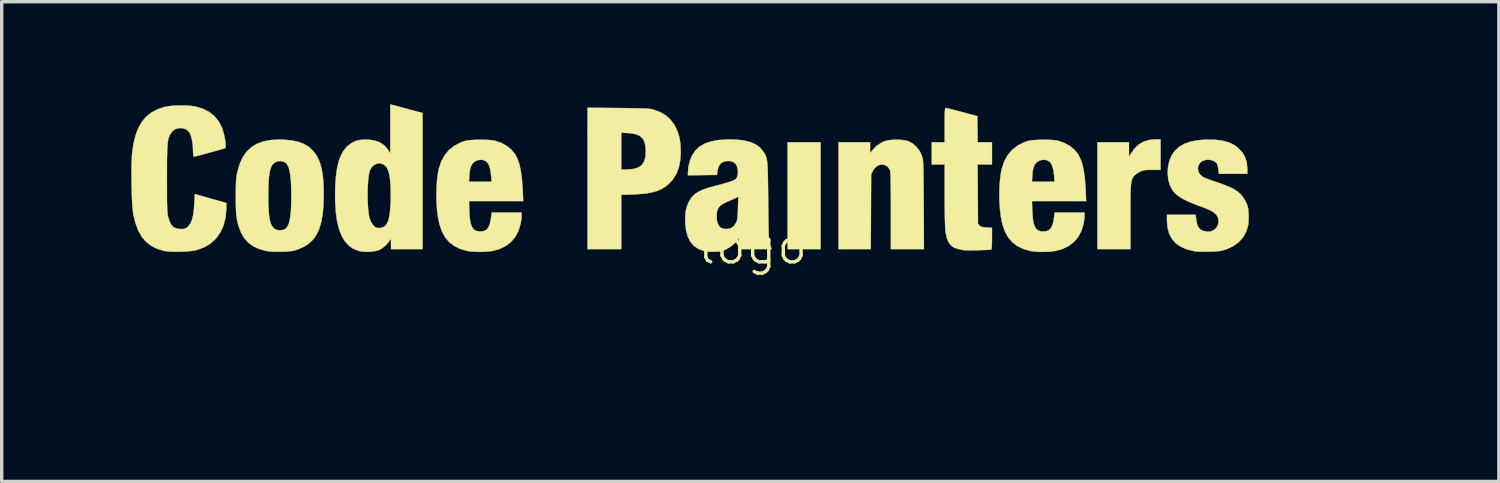
<source format=kicad_pcb>
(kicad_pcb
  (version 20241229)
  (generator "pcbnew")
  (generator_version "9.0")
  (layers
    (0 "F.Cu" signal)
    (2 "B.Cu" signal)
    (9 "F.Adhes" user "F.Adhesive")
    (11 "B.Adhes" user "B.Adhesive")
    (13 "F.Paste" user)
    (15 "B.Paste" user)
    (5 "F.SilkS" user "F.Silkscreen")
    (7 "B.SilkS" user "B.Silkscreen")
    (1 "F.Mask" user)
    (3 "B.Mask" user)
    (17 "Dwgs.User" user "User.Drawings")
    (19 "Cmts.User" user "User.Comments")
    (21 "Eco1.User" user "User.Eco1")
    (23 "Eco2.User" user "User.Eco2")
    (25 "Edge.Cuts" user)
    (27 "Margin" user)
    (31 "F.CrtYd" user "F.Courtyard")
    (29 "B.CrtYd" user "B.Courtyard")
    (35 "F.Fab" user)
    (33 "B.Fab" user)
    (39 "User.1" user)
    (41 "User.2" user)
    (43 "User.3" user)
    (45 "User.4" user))
  (footprint "logo"
    (layer "F.Cu")
    (at 17.656 3.689)
    (property "Reference" "logo" (at 1.508 0.531 0) (unlocked yes) (layer "F.SilkS") (effects (font (size 1 1) (thickness 0.1))))
    (attr smd board_only)
    (fp_poly (pts (xy -3.217 3.355) (xy -3.228 3.365) (xy -3.239 3.355) (xy -3.228 3.344) (xy -3.217 3.355)) (stroke (width 0.01) (type solid)) (fill yes) (layer "F.Mask"))
    (fp_poly (pts (xy 13.949 2.826) (xy 13.938 2.836) (xy 13.928 2.826) (xy 13.938 2.815) (xy 13.949 2.826)) (stroke (width 0.01) (type solid)) (fill yes) (layer "F.Mask"))
    (fp_poly (pts (xy -0.328 3.159) (xy -0.275 3.175) (xy -0.258 3.201) (xy -0.262 3.233) (xy -0.289 3.232) (xy -0.339 3.198) (xy -0.342 3.196) (xy -0.392 3.153) (xy -0.328 3.159)) (stroke (width 0.01) (type solid)) (fill yes) (layer "F.Mask"))
    (fp_poly (pts (xy 14.735 2.811) (xy 14.744 2.817) (xy 14.735 2.831) (xy 14.701 2.836) (xy 14.661 2.834) (xy 14.647 2.828) (xy 14.665 2.815) (xy 14.701 2.808) (xy 14.735 2.811)) (stroke (width 0.01) (type solid)) (fill yes) (layer "F.Mask"))
    (fp_poly (pts (xy 14.899 2.474) (xy 14.901 2.498) (xy 14.887 2.532) (xy 14.855 2.539) (xy 14.826 2.516) (xy 14.828 2.487) (xy 14.84 2.474) (xy 14.881 2.457) (xy 14.899 2.474)) (stroke (width 0.01) (type solid)) (fill yes) (layer "F.Mask"))
    (fp_poly (pts (xy 20.528 3.27) (xy 20.522 3.3) (xy 20.498 3.336) (xy 20.469 3.342) (xy 20.449 3.318) (xy 20.447 3.301) (xy 20.461 3.26) (xy 20.48 3.246) (xy 20.518 3.242) (xy 20.528 3.27)) (stroke (width 0.01) (type solid)) (fill yes) (layer "F.Mask"))
    (fp_poly (pts (xy -17.378 3.71) (xy -17.361 3.727) (xy -17.362 3.729) (xy -17.385 3.757) (xy -17.429 3.752) (xy -17.462 3.736) (xy -17.495 3.716) (xy -17.495 3.708) (xy -17.459 3.705) (xy -17.434 3.705) (xy -17.378 3.71)) (stroke (width 0.01) (type solid)) (fill yes) (layer "F.Mask"))
    (fp_poly (pts (xy -3.358 3.296) (xy -3.317 3.316) (xy -3.249 3.352) (xy -3.302 3.367) (xy -3.364 3.382) (xy -3.396 3.377) (xy -3.407 3.351) (xy -3.408 3.334) (xy -3.405 3.296) (xy -3.392 3.284) (xy -3.358 3.296)) (stroke (width 0.01) (type solid)) (fill yes) (layer "F.Mask"))
    (fp_poly (pts (xy -1.992 3.05) (xy -1.979 3.069) (xy -1.957 3.117) (xy -1.948 3.149) (xy -1.956 3.174) (xy -1.976 3.168) (xy -1.995 3.136) (xy -1.997 3.127) (xy -2.009 3.07) (xy -2.007 3.042) (xy -1.992 3.05)) (stroke (width 0.01) (type solid)) (fill yes) (layer "F.Mask"))
    (fp_poly (pts (xy 14.328 2.401) (xy 14.33 2.417) (xy 14.327 2.448) (xy 14.325 2.454) (xy 14.304 2.445) (xy 14.26 2.426) (xy 14.258 2.425) (xy 14.196 2.398) (xy 14.263 2.388) (xy 14.31 2.386) (xy 14.328 2.401)) (stroke (width 0.01) (type solid)) (fill yes) (layer "F.Mask"))
    (fp_poly (pts (xy 15.526 3.141) (xy 15.533 3.169) (xy 15.532 3.17) (xy 15.51 3.2) (xy 15.469 3.214) (xy 15.431 3.208) (xy 15.421 3.197) (xy 15.416 3.162) (xy 15.447 3.138) (xy 15.486 3.133) (xy 15.526 3.141)) (stroke (width 0.01) (type solid)) (fill yes) (layer "F.Mask"))
    (fp_poly (pts (xy 17.962 2.724) (xy 17.984 2.742) (xy 18.039 2.793) (xy 17.982 2.815) (xy 17.915 2.834) (xy 17.875 2.828) (xy 17.856 2.803) (xy 17.847 2.744) (xy 17.867 2.708) (xy 17.908 2.7) (xy 17.962 2.724)) (stroke (width 0.01) (type solid)) (fill yes) (layer "F.Mask"))
    (fp_poly (pts (xy 18.328 2.831) (xy 18.344 2.842) (xy 18.341 2.868) (xy 18.308 2.89) (xy 18.255 2.899) (xy 18.252 2.9) (xy 18.217 2.89) (xy 18.216 2.87) (xy 18.243 2.845) (xy 18.287 2.83) (xy 18.328 2.831)) (stroke (width 0.01) (type solid)) (fill yes) (layer "F.Mask"))
    (fp_poly (pts (xy 12.558 3.055) (xy 12.57 3.073) (xy 12.588 3.11) (xy 12.575 3.136) (xy 12.561 3.147) (xy 12.522 3.171) (xy 12.504 3.164) (xy 12.503 3.121) (xy 12.505 3.101) (xy 12.516 3.045) (xy 12.533 3.03) (xy 12.558 3.055)) (stroke (width 0.01) (type solid)) (fill yes) (layer "F.Mask"))
    (fp_poly (pts (xy 14.177 3.045) (xy 14.227 3.057) (xy 14.267 3.07) (xy 14.282 3.078) (xy 14.279 3.088) (xy 14.248 3.088) (xy 14.203 3.08) (xy 14.166 3.069) (xy 14.129 3.051) (xy 14.118 3.04) (xy 14.136 3.038) (xy 14.177 3.045)) (stroke (width 0.01) (type solid)) (fill yes) (layer "F.Mask"))
    (fp_poly (pts (xy 14.466 2.971) (xy 14.481 3.014) (xy 14.486 3.032) (xy 14.493 3.073) (xy 14.479 3.085) (xy 14.435 3.077) (xy 14.43 3.076) (xy 14.399 3.06) (xy 14.4 3.031) (xy 14.423 2.994) (xy 14.449 2.966) (xy 14.466 2.971)) (stroke (width 0.01) (type solid)) (fill yes) (layer "F.Mask"))
    (fp_poly (pts (xy 14.607 2.753) (xy 14.622 2.786) (xy 14.61 2.824) (xy 14.569 2.843) (xy 14.51 2.842) (xy 14.481 2.833) (xy 14.443 2.805) (xy 14.441 2.77) (xy 14.476 2.743) (xy 14.487 2.74) (xy 14.561 2.732) (xy 14.607 2.753)) (stroke (width 0.01) (type solid)) (fill yes) (layer "F.Mask"))
    (fp_poly (pts (xy 15.216 2.508) (xy 15.192 2.544) (xy 15.16 2.571) (xy 15.119 2.591) (xy 15.085 2.599) (xy 15.071 2.589) (xy 15.086 2.567) (xy 15.124 2.53) (xy 15.145 2.513) (xy 15.194 2.482) (xy 15.219 2.481) (xy 15.216 2.508)) (stroke (width 0.01) (type solid)) (fill yes) (layer "F.Mask"))
    (fp_poly (pts (xy 18.657 3.417) (xy 18.713 3.434) (xy 18.731 3.454) (xy 18.71 3.475) (xy 18.699 3.48) (xy 18.658 3.491) (xy 18.625 3.481) (xy 18.596 3.46) (xy 18.568 3.43) (xy 18.578 3.413) (xy 18.624 3.412) (xy 18.657 3.417)) (stroke (width 0.01) (type solid)) (fill yes) (layer "F.Mask"))
    (fp_poly (pts (xy 12.141 3.12) (xy 12.169 3.142) (xy 12.156 3.169) (xy 12.117 3.193) (xy 12.058 3.212) (xy 12.009 3.216) (xy 11.982 3.204) (xy 11.98 3.197) (xy 11.998 3.172) (xy 12.041 3.145) (xy 12.091 3.125) (xy 12.133 3.118) (xy 12.141 3.12)) (stroke (width 0.01) (type solid)) (fill yes) (layer "F.Mask"))
    (fp_poly (pts (xy 13.551 2.332) (xy 13.552 2.35) (xy 13.533 2.392) (xy 13.497 2.435) (xy 13.45 2.457) (xy 13.407 2.452) (xy 13.389 2.436) (xy 13.395 2.411) (xy 13.427 2.378) (xy 13.471 2.348) (xy 13.514 2.33) (xy 13.527 2.328) (xy 13.551 2.332)) (stroke (width 0.01) (type solid)) (fill yes) (layer "F.Mask"))
    (fp_poly (pts (xy 16.71 2.532) (xy 16.683 2.56) (xy 16.669 2.572) (xy 16.623 2.606) (xy 16.589 2.623) (xy 16.584 2.624) (xy 16.585 2.612) (xy 16.612 2.583) (xy 16.626 2.571) (xy 16.672 2.538) (xy 16.706 2.52) (xy 16.711 2.52) (xy 16.71 2.532)) (stroke (width 0.01) (type solid)) (fill yes) (layer "F.Mask"))
    (fp_poly (pts (xy 19.533 3.373) (xy 19.518 3.392) (xy 19.484 3.415) (xy 19.44 3.433) (xy 19.426 3.437) (xy 19.384 3.444) (xy 19.367 3.441) (xy 19.385 3.424) (xy 19.425 3.4) (xy 19.473 3.379) (xy 19.512 3.366) (xy 19.519 3.365) (xy 19.533 3.373)) (stroke (width 0.01) (type solid)) (fill yes) (layer "F.Mask"))
    (fp_poly (pts (xy 12.13 2.779) (xy 12.114 2.808) (xy 12.075 2.833) (xy 12.026 2.852) (xy 11.993 2.853) (xy 11.964 2.843) (xy 11.941 2.819) (xy 11.942 2.789) (xy 11.965 2.773) (xy 11.967 2.773) (xy 12.008 2.769) (xy 12.062 2.76) (xy 12.113 2.759) (xy 12.13 2.779)) (stroke (width 0.01) (type solid)) (fill yes) (layer "F.Mask"))
    (fp_poly (pts (xy 17.367 2.98) (xy 17.352 3) (xy 17.323 3.05) (xy 17.306 3.096) (xy 17.283 3.141) (xy 17.249 3.154) (xy 17.223 3.14) (xy 17.208 3.099) (xy 17.226 3.051) (xy 17.275 3.007) (xy 17.277 3.005) (xy 17.336 2.974) (xy 17.367 2.965) (xy 17.367 2.98)) (stroke (width 0.01) (type solid)) (fill yes) (layer "F.Mask"))
    (fp_poly (pts (xy -17.591 3.848) (xy -17.574 3.874) (xy -17.547 3.92) (xy -17.533 3.947) (xy -17.532 3.949) (xy -17.554 3.956) (xy -17.595 3.966) (xy -17.637 3.971) (xy -17.651 3.955) (xy -17.651 3.943) (xy -17.644 3.893) (xy -17.634 3.854) (xy -17.624 3.822) (xy -17.612 3.82) (xy -17.591 3.848)) (stroke (width 0.01) (type solid)) (fill yes) (layer "F.Mask"))
    (fp_poly (pts (xy 17.945 3.016) (xy 17.934 3.028) (xy 17.895 3.049) (xy 17.839 3.072) (xy 17.778 3.092) (xy 17.727 3.105) (xy 17.688 3.109) (xy 17.679 3.101) (xy 17.68 3.1) (xy 17.707 3.084) (xy 17.759 3.064) (xy 17.822 3.043) (xy 17.884 3.026) (xy 17.929 3.016) (xy 17.945 3.016)) (stroke (width 0.01) (type solid)) (fill yes) (layer "F.Mask"))
    (fp_poly (pts (xy 18.154 2.932) (xy 18.202 2.959) (xy 18.221 2.996) (xy 18.218 3.013) (xy 18.189 3.039) (xy 18.125 3.047) (xy 18.125 3.047) (xy 18.076 3.045) (xy 18.065 3.038) (xy 18.085 3.023) (xy 18.11 3.005) (xy 18.106 2.988) (xy 18.074 2.961) (xy 18.023 2.922) (xy 18.088 2.921) (xy 18.154 2.932)) (stroke (width 0.01) (type solid)) (fill yes) (layer "F.Mask"))
    (fp_poly (pts (xy 2.594 -3.679) (xy 2.656 -3.665) (xy 2.746 -3.642) (xy 2.859 -3.614) (xy 2.988 -3.58) (xy 3.053 -3.563) (xy 3.514 -3.441) (xy 3.514 -2.985) (xy 2.54 -2.985) (xy 2.54 -3.334) (xy 2.541 -3.471) (xy 2.543 -3.569) (xy 2.548 -3.635) (xy 2.556 -3.672) (xy 2.566 -3.684) (xy 2.566 -3.684) (xy 2.594 -3.679)) (stroke (width 0.01) (type solid)) (fill yes) (layer "F.Mask"))
    (fp_poly (pts (xy 16.372 3.009) (xy 16.381 3.023) (xy 16.38 3.04) (xy 16.354 3.075) (xy 16.319 3.087) (xy 16.275 3.099) (xy 16.256 3.112) (xy 16.233 3.113) (xy 16.195 3.092) (xy 16.192 3.09) (xy 16.159 3.061) (xy 16.157 3.04) (xy 16.188 3.026) (xy 16.257 3.015) (xy 16.276 3.012) (xy 16.341 3.006) (xy 16.372 3.009)) (stroke (width 0.01) (type solid)) (fill yes) (layer "F.Mask"))
    (fp_poly (pts (xy 16.759 2.685) (xy 16.802 2.724) (xy 16.826 2.774) (xy 16.828 2.785) (xy 16.81 2.794) (xy 16.77 2.794) (xy 16.725 2.787) (xy 16.692 2.774) (xy 16.688 2.769) (xy 16.687 2.753) (xy 16.708 2.758) (xy 16.732 2.761) (xy 16.734 2.737) (xy 16.73 2.717) (xy 16.723 2.68) (xy 16.737 2.675) (xy 16.759 2.685)) (stroke (width 0.01) (type solid)) (fill yes) (layer "F.Mask"))
    (fp_poly (pts (xy 17.032 2.872) (xy 17.027 2.909) (xy 17.025 2.917) (xy 17.001 2.956) (xy 16.966 2.962) (xy 16.948 2.95) (xy 16.919 2.94) (xy 16.87 2.938) (xy 16.825 2.933) (xy 16.806 2.92) (xy 16.806 2.92) (xy 16.824 2.905) (xy 16.858 2.9) (xy 16.918 2.892) (xy 16.967 2.878) (xy 17.014 2.863) (xy 17.032 2.872)) (stroke (width 0.01) (type solid)) (fill yes) (layer "F.Mask"))
    (fp_poly (pts (xy 13.891 2.913) (xy 13.977 2.922) (xy 14.033 2.93) (xy 14.054 2.937) (xy 14.038 2.941) (xy 13.996 2.942) (xy 13.946 2.948) (xy 13.917 2.963) (xy 13.917 2.963) (xy 13.905 2.978) (xy 13.886 2.981) (xy 13.846 2.971) (xy 13.806 2.958) (xy 13.753 2.937) (xy 13.739 2.921) (xy 13.764 2.911) (xy 13.824 2.909) (xy 13.891 2.913)) (stroke (width 0.01) (type solid)) (fill yes) (layer "F.Mask"))
    (fp_poly (pts (xy 17.964 2.888) (xy 17.967 2.89) (xy 17.956 2.902) (xy 17.921 2.924) (xy 17.878 2.946) (xy 17.843 2.961) (xy 17.834 2.963) (xy 17.823 2.947) (xy 17.822 2.943) (xy 17.807 2.931) (xy 17.791 2.935) (xy 17.763 2.935) (xy 17.759 2.926) (xy 17.777 2.914) (xy 17.823 2.901) (xy 17.879 2.891) (xy 17.931 2.886) (xy 17.964 2.888)) (stroke (width 0.01) (type solid)) (fill yes) (layer "F.Mask"))
    (fp_poly (pts (xy 17.216 2.7) (xy 17.261 2.738) (xy 17.275 2.759) (xy 17.264 2.772) (xy 17.249 2.778) (xy 17.197 2.806) (xy 17.174 2.826) (xy 17.125 2.855) (xy 17.073 2.844) (xy 17.06 2.837) (xy 17.047 2.821) (xy 17.069 2.809) (xy 17.098 2.802) (xy 17.143 2.79) (xy 17.159 2.768) (xy 17.155 2.722) (xy 17.153 2.714) (xy 17.139 2.639) (xy 17.216 2.7)) (stroke (width 0.01) (type solid)) (fill yes) (layer "F.Mask"))
    (fp_poly (pts (xy 7.592 2.994) (xy 7.578 3.005) (xy 7.56 3.024) (xy 7.574 3.045) (xy 7.594 3.059) (xy 7.631 3.094) (xy 7.639 3.12) (xy 7.617 3.13) (xy 7.6 3.127) (xy 7.555 3.134) (xy 7.525 3.167) (xy 7.483 3.21) (xy 7.438 3.212) (xy 7.417 3.201) (xy 7.392 3.166) (xy 7.379 3.115) (xy 7.384 3.075) (xy 7.384 3.074) (xy 7.412 3.053) (xy 7.463 3.026) (xy 7.521 3.002) (xy 7.57 2.987) (xy 7.586 2.985) (xy 7.592 2.994)) (stroke (width 0.01) (type solid)) (fill yes) (layer "F.Mask"))
    (fp_poly (pts (xy 16.291 2.41) (xy 16.31 2.465) (xy 16.31 2.467) (xy 16.318 2.518) (xy 16.317 2.549) (xy 16.316 2.551) (xy 16.293 2.549) (xy 16.244 2.535) (xy 16.208 2.524) (xy 16.155 2.506) (xy 16.114 2.499) (xy 16.072 2.506) (xy 16.014 2.526) (xy 15.954 2.55) (xy 15.924 2.557) (xy 15.917 2.552) (xy 15.935 2.536) (xy 15.982 2.509) (xy 16.046 2.477) (xy 16.117 2.444) (xy 16.184 2.416) (xy 16.236 2.397) (xy 16.26 2.392) (xy 16.291 2.41)) (stroke (width 0.01) (type solid)) (fill yes) (layer "F.Mask"))
    (fp_poly (pts (xy 18.819 3.275) (xy 18.92 3.278) (xy 19.026 3.281) (xy 19.115 3.284) (xy 19.181 3.288) (xy 19.214 3.291) (xy 19.216 3.292) (xy 19.21 3.312) (xy 19.188 3.347) (xy 19.16 3.384) (xy 19.137 3.406) (xy 19.134 3.407) (xy 19.111 3.395) (xy 19.096 3.382) (xy 19.056 3.366) (xy 18.98 3.359) (xy 18.927 3.36) (xy 18.808 3.36) (xy 18.725 3.351) (xy 18.673 3.331) (xy 18.65 3.306) (xy 18.645 3.292) (xy 18.654 3.282) (xy 18.682 3.277) (xy 18.735 3.275) (xy 18.819 3.275)) (stroke (width 0.01) (type solid)) (fill yes) (layer "F.Mask"))
    (fp_poly (pts (xy 16.896 3.042) (xy 16.933 3.075) (xy 16.97 3.111) (xy 17.024 3.158) (xy 17.074 3.189) (xy 17.098 3.196) (xy 17.146 3.212) (xy 17.167 3.229) (xy 17.181 3.256) (xy 17.168 3.285) (xy 17.139 3.314) (xy 17.1 3.342) (xy 17.074 3.348) (xy 17.072 3.346) (xy 17.074 3.319) (xy 17.081 3.313) (xy 17.103 3.288) (xy 17.089 3.269) (xy 17.045 3.263) (xy 17.034 3.264) (xy 16.995 3.265) (xy 16.969 3.252) (xy 16.947 3.218) (xy 16.92 3.154) (xy 16.896 3.091) (xy 16.881 3.047) (xy 16.879 3.032) (xy 16.896 3.042)) (stroke (width 0.01) (type solid)) (fill yes) (layer "F.Mask"))
    (fp_poly (pts (xy 15.365 2.533) (xy 15.405 2.566) (xy 15.472 2.62) (xy 15.536 2.647) (xy 15.613 2.652) (xy 15.663 2.648) (xy 15.727 2.639) (xy 15.755 2.631) (xy 15.752 2.62) (xy 15.738 2.61) (xy 15.711 2.586) (xy 15.71 2.571) (xy 15.734 2.573) (xy 15.775 2.599) (xy 15.789 2.61) (xy 15.869 2.66) (xy 15.962 2.683) (xy 16.079 2.681) (xy 16.099 2.678) (xy 16.165 2.671) (xy 16.199 2.674) (xy 16.212 2.688) (xy 16.214 2.708) (xy 16.23 2.741) (xy 16.272 2.752) (xy 16.329 2.741) (xy 16.37 2.719) (xy 16.409 2.699) (xy 16.434 2.706) (xy 16.443 2.716) (xy 16.45 2.734) (xy 16.43 2.75) (xy 16.376 2.767) (xy 16.351 2.773) (xy 16.301 2.785) (xy 16.26 2.79) (xy 16.22 2.789) (xy 16.171 2.78) (xy 16.101 2.761) (xy 16.002 2.731) (xy 15.994 2.728) (xy 15.914 2.71) (xy 15.866 2.715) (xy 15.845 2.744) (xy 15.843 2.762) (xy 15.852 2.802) (xy 15.87 2.815) (xy 15.894 2.824) (xy 15.882 2.849) (xy 15.834 2.889) (xy 15.826 2.895) (xy 15.766 2.926) (xy 15.707 2.942) (xy 15.699 2.942) (xy 15.658 2.936) (xy 15.644 2.908) (xy 15.642 2.88) (xy 15.657 2.821) (xy 15.708 2.767) (xy 15.708 2.767) (xy 15.774 2.715) (xy 15.639 2.701) (xy 15.554 2.69) (xy 15.474 2.677) (xy 15.431 2.668) (xy 15.358 2.652) (xy 15.29 2.638) (xy 15.224 2.627) (xy 15.261 2.726) (xy 15.305 2.877) (xy 15.315 3.004) (xy 15.294 3.102) (xy 15.269 3.151) (xy 15.245 3.169) (xy 15.214 3.164) (xy 15.161 3.152) (xy 15.093 3.141) (xy 15.078 3.139) (xy 15.012 3.137) (xy 14.967 3.155) (xy 14.946 3.173) (xy 14.903 3.21) (xy 14.883 3.212) (xy 14.885 3.179) (xy 14.886 3.177) (xy 14.888 3.151) (xy 14.869 3.147) (xy 14.831 3.156) (xy 14.778 3.167) (xy 14.756 3.157) (xy 14.758 3.119) (xy 14.761 3.104) (xy 14.788 3.06) (xy 14.845 3.009) (xy 14.88 2.985) (xy 14.937 2.944) (xy 14.975 2.907) (xy 14.986 2.887) (xy 14.99 2.862) (xy 15.007 2.865) (xy 15.043 2.896) (xy 15.06 2.912) (xy 15.122 2.954) (xy 15.17 2.959) (xy 15.22 2.945) (xy 15.23 2.916) (xy 15.199 2.875) (xy 15.146 2.833) (xy 15.093 2.793) (xy 15.058 2.762) (xy 15.05 2.75) (xy 15.067 2.733) (xy 15.11 2.713) (xy 15.114 2.712) (xy 15.176 2.67) (xy 15.2 2.627) (xy 15.241 2.567) (xy 15.285 2.539) (xy 15.331 2.525) (xy 15.365 2.533)) (stroke (width 0.01) (type solid)) (fill yes) (layer "F.Mask"))
    (fp_poly (pts (xy 3.075 1.817) (xy 3.044 1.853) (xy 3.047 1.873) (xy 3.079 1.868) (xy 3.096 1.86) (xy 3.126 1.848) (xy 3.132 1.865) (xy 3.128 1.891) (xy 3.124 1.929) (xy 3.139 1.933) (xy 3.157 1.924) (xy 3.196 1.914) (xy 3.26 1.909) (xy 3.34 1.907) (xy 3.426 1.909) (xy 3.507 1.914) (xy 3.575 1.921) (xy 3.619 1.931) (xy 3.631 1.942) (xy 3.627 1.987) (xy 3.647 2.014) (xy 3.681 2.012) (xy 3.728 2.007) (xy 3.801 2.031) (xy 3.808 2.034) (xy 3.87 2.061) (xy 3.902 2.071) (xy 3.912 2.062) (xy 3.907 2.034) (xy 3.904 2.025) (xy 3.892 1.975) (xy 4.045 2.014) (xy 4.119 2.029) (xy 4.227 2.044) (xy 4.36 2.06) (xy 4.509 2.074) (xy 4.645 2.085) (xy 4.817 2.098) (xy 4.952 2.11) (xy 5.057 2.121) (xy 5.137 2.132) (xy 5.198 2.145) (xy 5.246 2.161) (xy 5.287 2.18) (xy 5.309 2.192) (xy 5.356 2.212) (xy 5.408 2.215) (xy 5.477 2.201) (xy 5.571 2.169) (xy 5.583 2.165) (xy 5.606 2.164) (xy 5.605 2.193) (xy 5.604 2.197) (xy 5.599 2.227) (xy 5.612 2.231) (xy 5.652 2.211) (xy 5.704 2.188) (xy 5.778 2.157) (xy 5.846 2.13) (xy 5.921 2.102) (xy 5.985 2.077) (xy 6.02 2.063) (xy 6.047 2.053) (xy 6.047 2.064) (xy 6.026 2.096) (xy 5.998 2.14) (xy 5.995 2.17) (xy 6.016 2.207) (xy 6.034 2.231) (xy 6.079 2.287) (xy 6.18 2.202) (xy 6.235 2.157) (xy 6.275 2.127) (xy 6.292 2.117) (xy 6.303 2.135) (xy 6.314 2.175) (xy 6.323 2.208) (xy 6.342 2.225) (xy 6.381 2.232) (xy 6.449 2.233) (xy 6.537 2.228) (xy 6.594 2.209) (xy 6.614 2.195) (xy 6.658 2.168) (xy 6.725 2.141) (xy 6.773 2.126) (xy 6.849 2.103) (xy 6.917 2.078) (xy 6.946 2.065) (xy 6.99 2.048) (xy 7.019 2.056) (xy 7.041 2.078) (xy 7.079 2.107) (xy 7.13 2.111) (xy 7.158 2.108) (xy 7.226 2.106) (xy 7.269 2.128) (xy 7.311 2.152) (xy 7.347 2.139) (xy 7.353 2.127) (xy 8.7 2.127) (xy 8.71 2.138) (xy 8.721 2.127) (xy 8.71 2.117) (xy 8.7 2.127) (xy 7.353 2.127) (xy 7.368 2.096) (xy 7.37 2.044) (xy 7.37 2.032) (xy 7.466 2.032) (xy 7.491 2.066) (xy 7.537 2.074) (xy 7.584 2.068) (xy 7.609 2.054) (xy 7.603 2.031) (xy 7.57 2.007) (xy 7.522 1.992) (xy 7.496 1.99) (xy 7.466 2) (xy 7.466 2.032) (xy 7.37 2.032) (xy 7.368 1.992) (xy 7.382 1.971) (xy 7.395 1.968) (xy 7.417 1.959) (xy 7.419 1.923) (xy 7.416 1.905) (xy 7.414 1.856) (xy 7.435 1.842) (xy 7.476 1.863) (xy 7.536 1.917) (xy 7.536 1.918) (xy 7.621 1.996) (xy 7.704 2.053) (xy 7.777 2.086) (xy 7.825 2.09) (xy 7.877 2.09) (xy 7.944 2.104) (xy 7.96 2.109) (xy 8.011 2.123) (xy 8.06 2.127) (xy 8.122 2.119) (xy 8.197 2.104) (xy 8.303 2.084) (xy 8.42 2.067) (xy 8.503 2.059) (xy 8.59 2.055) (xy 8.65 2.06) (xy 8.698 2.075) (xy 8.736 2.096) (xy 8.811 2.132) (xy 8.909 2.169) (xy 9.018 2.202) (xy 9.122 2.228) (xy 9.207 2.242) (xy 9.232 2.244) (xy 9.285 2.241) (xy 9.308 2.226) (xy 9.313 2.19) (xy 9.313 2.183) (xy 9.315 2.152) (xy 9.327 2.132) (xy 9.357 2.118) (xy 9.414 2.107) (xy 9.473 2.098) (xy 9.564 2.086) (xy 9.651 2.078) (xy 9.715 2.074) (xy 9.716 2.074) (xy 9.771 2.071) (xy 9.795 2.057) (xy 9.8 2.025) (xy 9.8 2.021) (xy 9.8 1.968) (xy 10.118 1.968) (xy 10.27 1.97) (xy 10.385 1.977) (xy 10.47 1.989) (xy 10.532 2.008) (xy 10.577 2.035) (xy 10.601 2.059) (xy 10.637 2.082) (xy 10.66 2.081) (xy 10.693 2.079) (xy 10.753 2.085) (xy 10.828 2.097) (xy 10.908 2.112) (xy 10.982 2.129) (xy 11.039 2.144) (xy 11.069 2.157) (xy 11.07 2.16) (xy 11.089 2.198) (xy 11.138 2.226) (xy 11.205 2.242) (xy 11.279 2.245) (xy 11.317 2.239) (xy 11.511 2.239) (xy 11.516 2.257) (xy 11.551 2.279) (xy 11.604 2.301) (xy 11.663 2.319) (xy 11.716 2.326) (xy 11.741 2.324) (xy 11.736 2.312) (xy 11.705 2.286) (xy 11.644 2.25) (xy 11.581 2.23) (xy 11.529 2.23) (xy 11.511 2.239) (xy 11.317 2.239) (xy 11.349 2.234) (xy 11.403 2.207) (xy 11.409 2.201) (xy 11.452 2.17) (xy 11.486 2.159) (xy 11.526 2.167) (xy 11.587 2.187) (xy 11.66 2.214) (xy 11.734 2.245) (xy 11.798 2.276) (xy 11.841 2.3) (xy 11.853 2.313) (xy 11.874 2.322) (xy 11.936 2.325) (xy 12.037 2.322) (xy 12.1 2.319) (xy 12.205 2.314) (xy 12.288 2.314) (xy 12.342 2.317) (xy 12.359 2.323) (xy 12.385 2.328) (xy 12.445 2.326) (xy 12.533 2.317) (xy 12.626 2.304) (xy 12.765 2.285) (xy 12.872 2.277) (xy 12.957 2.28) (xy 13.03 2.295) (xy 13.092 2.318) (xy 13.154 2.34) (xy 13.23 2.358) (xy 13.25 2.361) (xy 13.306 2.372) (xy 13.325 2.38) (xy 13.311 2.392) (xy 13.298 2.398) (xy 13.261 2.419) (xy 13.255 2.444) (xy 13.278 2.484) (xy 13.293 2.503) (xy 13.322 2.547) (xy 13.335 2.579) (xy 13.335 2.579) (xy 13.351 2.585) (xy 13.389 2.57) (xy 13.397 2.566) (xy 13.448 2.545) (xy 13.476 2.549) (xy 13.475 2.574) (xy 13.46 2.595) (xy 13.446 2.616) (xy 13.457 2.623) (xy 13.498 2.619) (xy 13.526 2.615) (xy 13.612 2.599) (xy 13.697 2.579) (xy 13.77 2.557) (xy 13.822 2.537) (xy 13.843 2.522) (xy 13.843 2.522) (xy 13.825 2.488) (xy 13.776 2.45) (xy 13.709 2.415) (xy 13.683 2.404) (xy 13.633 2.385) (xy 13.62 2.376) (xy 13.642 2.373) (xy 13.661 2.372) (xy 13.722 2.384) (xy 13.766 2.408) (xy 13.795 2.432) (xy 13.801 2.428) (xy 13.794 2.407) (xy 13.79 2.383) (xy 13.809 2.376) (xy 13.854 2.383) (xy 13.902 2.389) (xy 13.919 2.382) (xy 13.913 2.358) (xy 13.908 2.336) (xy 13.922 2.339) (xy 13.959 2.367) (xy 14.08 2.442) (xy 14.218 2.489) (xy 14.383 2.51) (xy 14.39 2.511) (xy 14.477 2.514) (xy 14.531 2.512) (xy 14.56 2.505) (xy 14.574 2.489) (xy 14.577 2.48) (xy 14.586 2.46) (xy 14.605 2.463) (xy 14.642 2.492) (xy 14.659 2.508) (xy 14.703 2.551) (xy 14.729 2.582) (xy 14.732 2.589) (xy 14.713 2.598) (xy 14.665 2.603) (xy 14.637 2.603) (xy 14.583 2.61) (xy 14.512 2.627) (xy 14.434 2.65) (xy 14.36 2.677) (xy 14.302 2.703) (xy 14.27 2.724) (xy 14.266 2.731) (xy 14.28 2.753) (xy 14.314 2.789) (xy 14.319 2.794) (xy 14.353 2.833) (xy 14.354 2.862) (xy 14.348 2.872) (xy 14.302 2.896) (xy 14.23 2.893) (xy 14.14 2.865) (xy 14.076 2.834) (xy 13.959 2.771) (xy 14.039 2.781) (xy 14.091 2.785) (xy 14.114 2.774) (xy 14.118 2.753) (xy 14.099 2.722) (xy 14.05 2.701) (xy 13.984 2.693) (xy 13.913 2.7) (xy 13.826 2.723) (xy 13.748 2.75) (xy 13.688 2.777) (xy 13.655 2.8) (xy 13.652 2.807) (xy 13.637 2.836) (xy 13.598 2.872) (xy 13.589 2.879) (xy 13.548 2.918) (xy 13.541 2.947) (xy 13.568 2.959) (xy 13.602 2.954) (xy 13.642 2.955) (xy 13.655 2.977) (xy 13.644 3.011) (xy 13.608 3.047) (xy 13.586 3.06) (xy 13.544 3.079) (xy 13.506 3.084) (xy 13.455 3.075) (xy 13.401 3.061) (xy 13.333 3.046) (xy 13.236 3.028) (xy 13.123 3.011) (xy 13.007 2.995) (xy 12.834 2.973) (xy 12.7 2.954) (xy 12.602 2.935) (xy 12.536 2.917) (xy 12.498 2.9) (xy 12.492 2.893) (xy 12.489 2.879) (xy 12.517 2.873) (xy 12.575 2.875) (xy 12.644 2.875) (xy 12.675 2.864) (xy 12.666 2.843) (xy 12.621 2.816) (xy 12.587 2.795) (xy 12.584 2.781) (xy 12.585 2.78) (xy 12.616 2.784) (xy 12.671 2.802) (xy 12.723 2.825) (xy 12.797 2.854) (xy 12.867 2.874) (xy 12.902 2.878) (xy 12.942 2.874) (xy 12.967 2.854) (xy 12.987 2.807) (xy 12.994 2.783) (xy 13.012 2.687) (xy 13 2.616) (xy 12.956 2.567) (xy 12.922 2.549) (xy 12.865 2.528) (xy 12.817 2.523) (xy 12.767 2.534) (xy 12.704 2.564) (xy 12.629 2.608) (xy 12.542 2.657) (xy 12.472 2.686) (xy 12.402 2.701) (xy 12.35 2.706) (xy 12.278 2.709) (xy 12.24 2.707) (xy 12.225 2.695) (xy 12.226 2.671) (xy 12.228 2.662) (xy 12.223 2.618) (xy 12.189 2.596) (xy 12.133 2.595) (xy 12.06 2.609) (xy 11.978 2.639) (xy 11.891 2.68) (xy 11.807 2.73) (xy 11.73 2.787) (xy 11.668 2.848) (xy 11.625 2.911) (xy 11.62 2.922) (xy 11.604 2.968) (xy 11.601 2.993) (xy 11.602 2.994) (xy 11.625 2.993) (xy 11.677 2.983) (xy 11.74 2.968) (xy 11.821 2.949) (xy 11.875 2.945) (xy 11.918 2.955) (xy 11.925 2.959) (xy 11.971 2.988) (xy 11.976 3.017) (xy 11.939 3.045) (xy 11.861 3.074) (xy 11.84 3.08) (xy 11.762 3.105) (xy 11.697 3.132) (xy 11.661 3.155) (xy 11.625 3.181) (xy 11.604 3.167) (xy 11.599 3.129) (xy 11.617 3.094) (xy 11.663 3.077) (xy 11.707 3.063) (xy 11.726 3.047) (xy 11.726 3.047) (xy 11.711 3.021) (xy 11.667 3.024) (xy 11.613 3.046) (xy 11.564 3.07) (xy 11.542 3.073) (xy 11.536 3.057) (xy 11.536 3.049) (xy 11.519 3.005) (xy 11.477 2.959) (xy 11.426 2.928) (xy 11.397 2.921) (xy 11.361 2.916) (xy 11.294 2.903) (xy 11.204 2.884) (xy 11.102 2.86) (xy 11.091 2.857) (xy 10.986 2.833) (xy 10.891 2.814) (xy 10.816 2.8) (xy 10.772 2.794) (xy 10.77 2.794) (xy 10.727 2.785) (xy 10.705 2.751) (xy 10.7 2.73) (xy 10.686 2.667) (xy 10.622 2.704) (xy 10.558 2.75) (xy 10.495 2.812) (xy 10.44 2.88) (xy 10.404 2.941) (xy 10.393 2.98) (xy 10.39 3.012) (xy 10.372 3.025) (xy 10.33 3.023) (xy 10.303 3.02) (xy 10.229 3.008) (xy 10.16 2.995) (xy 10.149 2.993) (xy 10.086 2.978) (xy 10.128 3.027) (xy 10.171 3.076) (xy 10.113 3.061) (xy 10.053 3.061) (xy 10.017 3.085) (xy 9.968 3.115) (xy 9.922 3.113) (xy 9.891 3.083) (xy 9.885 3.052) (xy 9.885 2.996) (xy 9.839 3.043) (xy 9.808 3.077) (xy 9.807 3.101) (xy 9.831 3.132) (xy 9.852 3.164) (xy 9.843 3.174) (xy 9.814 3.162) (xy 9.791 3.142) (xy 9.764 3.095) (xy 9.763 3.032) (xy 9.789 2.948) (xy 9.823 2.875) (xy 9.862 2.786) (xy 9.878 2.721) (xy 9.876 2.699) (xy 9.857 2.665) (xy 9.819 2.622) (xy 9.774 2.582) (xy 9.733 2.553) (xy 9.706 2.544) (xy 9.703 2.546) (xy 9.695 2.571) (xy 9.686 2.624) (xy 9.68 2.664) (xy 9.666 2.737) (xy 9.646 2.77) (xy 9.637 2.773) (xy 9.616 2.758) (xy 9.618 2.736) (xy 9.63 2.69) (xy 9.644 2.631) (xy 9.657 2.571) (xy 9.665 2.526) (xy 9.667 2.508) (xy 9.648 2.497) (xy 9.605 2.47) (xy 9.573 2.449) (xy 9.484 2.392) (xy 9.464 2.471) (xy 9.437 2.636) (xy 9.431 2.825) (xy 9.445 3.024) (xy 9.475 3.201) (xy 9.477 3.246) (xy 9.456 3.257) (xy 9.412 3.234) (xy 9.352 3.185) (xy 9.278 3.122) (xy 9.219 3.087) (xy 9.165 3.079) (xy 9.101 3.094) (xy 9.037 3.121) (xy 8.959 3.151) (xy 8.899 3.165) (xy 8.862 3.164) (xy 8.854 3.147) (xy 8.88 3.116) (xy 8.887 3.11) (xy 8.937 3.069) (xy 8.866 3.069) (xy 8.796 3.079) (xy 8.737 3.1) (xy 8.695 3.115) (xy 8.678 3.104) (xy 8.684 3.063) (xy 8.71 2.992) (xy 8.732 2.923) (xy 8.742 2.858) (xy 8.742 2.853) (xy 8.742 2.789) (xy 8.642 2.804) (xy 8.513 2.837) (xy 8.404 2.898) (xy 8.343 2.95) (xy 8.296 3.001) (xy 8.254 3.057) (xy 8.225 3.107) (xy 8.216 3.14) (xy 8.218 3.145) (xy 8.24 3.143) (xy 8.294 3.13) (xy 8.37 3.108) (xy 8.425 3.091) (xy 8.51 3.066) (xy 8.579 3.047) (xy 8.622 3.038) (xy 8.633 3.038) (xy 8.636 3.066) (xy 8.603 3.104) (xy 8.539 3.146) (xy 8.494 3.17) (xy 8.426 3.207) (xy 8.374 3.245) (xy 8.35 3.271) (xy 8.338 3.291) (xy 8.321 3.302) (xy 8.29 3.304) (xy 8.236 3.297) (xy 8.149 3.282) (xy 8.145 3.282) (xy 8.053 3.263) (xy 7.985 3.246) (xy 7.945 3.232) (xy 7.939 3.222) (xy 7.969 3.217) (xy 7.975 3.217) (xy 8.041 3.208) (xy 8.08 3.182) (xy 8.086 3.162) (xy 8.067 3.139) (xy 8.033 3.133) (xy 7.978 3.118) (xy 7.937 3.089) (xy 7.893 3.046) (xy 8.143 2.798) (xy 8.241 2.699) (xy 8.333 2.603) (xy 8.416 2.515) (xy 8.484 2.439) (xy 8.535 2.379) (xy 8.563 2.341) (xy 8.566 2.328) (xy 8.542 2.336) (xy 8.495 2.354) (xy 8.478 2.361) (xy 8.427 2.381) (xy 8.397 2.388) (xy 8.393 2.388) (xy 8.38 2.366) (xy 8.368 2.344) (xy 8.354 2.325) (xy 8.333 2.323) (xy 8.294 2.342) (xy 8.252 2.368) (xy 8.156 2.445) (xy 8.053 2.557) (xy 7.946 2.701) (xy 7.857 2.839) (xy 7.81 2.912) (xy 7.77 2.969) (xy 7.74 3.001) (xy 7.732 3.005) (xy 7.691 2.987) (xy 7.662 2.938) (xy 7.646 2.866) (xy 7.648 2.781) (xy 7.661 2.714) (xy 7.671 2.667) (xy 7.662 2.648) (xy 7.649 2.646) (xy 7.606 2.654) (xy 7.554 2.682) (xy 7.488 2.734) (xy 7.4 2.813) (xy 7.384 2.829) (xy 7.305 2.9) (xy 7.246 2.943) (xy 7.201 2.962) (xy 7.184 2.963) (xy 7.144 2.965) (xy 7.142 2.975) (xy 7.166 2.995) (xy 7.183 3.011) (xy 7.179 3.019) (xy 7.148 3.023) (xy 7.084 3.023) (xy 7.038 3.021) (xy 6.869 3.016) (xy 6.835 2.912) (xy 6.802 2.807) (xy 6.706 2.896) (xy 6.654 2.942) (xy 6.616 2.974) (xy 6.6 2.985) (xy 6.597 2.965) (xy 6.597 2.916) (xy 6.6 2.857) (xy 6.602 2.777) (xy 6.594 2.736) (xy 6.586 2.731) (xy 6.558 2.749) (xy 6.53 2.795) (xy 6.508 2.856) (xy 6.498 2.916) (xy 6.498 2.92) (xy 6.495 2.965) (xy 6.486 2.984) (xy 6.486 2.985) (xy 6.46 2.972) (xy 6.413 2.939) (xy 6.353 2.894) (xy 6.292 2.845) (xy 6.249 2.807) (xy 6.181 2.743) (xy 6.181 2.817) (xy 6.19 2.882) (xy 6.213 2.937) (xy 6.214 2.938) (xy 6.235 2.973) (xy 6.229 2.99) (xy 6.214 2.997) (xy 6.143 3.01) (xy 6.05 3.008) (xy 5.951 2.992) (xy 5.922 2.984) (xy 5.861 2.968) (xy 5.823 2.967) (xy 5.793 2.983) (xy 5.769 3.005) (xy 5.731 3.036) (xy 5.709 3.047) (xy 5.707 3.046) (xy 5.711 3.024) (xy 5.729 2.974) (xy 5.756 2.907) (xy 5.788 2.835) (xy 5.82 2.767) (xy 5.847 2.715) (xy 5.864 2.689) (xy 5.867 2.688) (xy 5.879 2.707) (xy 5.894 2.757) (xy 5.907 2.816) (xy 5.923 2.884) (xy 5.938 2.934) (xy 5.948 2.953) (xy 5.975 2.948) (xy 6.005 2.913) (xy 6.033 2.859) (xy 6.051 2.795) (xy 6.052 2.789) (xy 6.057 2.722) (xy 6.058 2.632) (xy 6.054 2.538) (xy 6.054 2.536) (xy 6.043 2.372) (xy 5.803 2.669) (xy 5.726 2.763) (xy 5.658 2.844) (xy 5.603 2.906) (xy 5.566 2.945) (xy 5.552 2.956) (xy 5.551 2.931) (xy 5.562 2.882) (xy 5.567 2.868) (xy 5.583 2.808) (xy 5.576 2.781) (xy 5.544 2.785) (xy 5.511 2.801) (xy 5.444 2.825) (xy 5.346 2.846) (xy 5.23 2.864) (xy 5.106 2.875) (xy 4.999 2.879) (xy 4.897 2.876) (xy 4.815 2.869) (xy 4.759 2.859) (xy 4.736 2.846) (xy 4.742 2.836) (xy 4.752 2.817) (xy 4.729 2.798) (xy 4.683 2.783) (xy 4.623 2.776) (xy 4.58 2.776) (xy 4.521 2.778) (xy 4.497 2.768) (xy 4.497 2.757) (xy 4.498 2.732) (xy 4.474 2.737) (xy 4.426 2.77) (xy 4.363 2.826) (xy 4.284 2.89) (xy 4.221 2.918) (xy 4.172 2.91) (xy 4.149 2.889) (xy 4.137 2.868) (xy 4.154 2.859) (xy 4.195 2.857) (xy 4.265 2.846) (xy 4.308 2.815) (xy 4.318 2.783) (xy 4.304 2.771) (xy 4.258 2.769) (xy 4.177 2.777) (xy 4.175 2.777) (xy 4.07 2.793) (xy 4 2.81) (xy 3.959 2.834) (xy 3.94 2.866) (xy 3.937 2.897) (xy 3.935 2.937) (xy 3.921 2.95) (xy 3.882 2.942) (xy 3.86 2.936) (xy 3.804 2.909) (xy 3.773 2.876) (xy 3.772 2.872) (xy 3.765 2.853) (xy 3.753 2.844) (xy 3.727 2.845) (xy 3.68 2.859) (xy 3.605 2.887) (xy 3.552 2.908) (xy 3.478 2.935) (xy 3.437 2.946) (xy 3.421 2.942) (xy 3.423 2.928) (xy 3.418 2.888) (xy 3.397 2.865) (xy 3.37 2.843) (xy 3.379 2.837) (xy 3.4 2.836) (xy 3.443 2.83) (xy 3.509 2.812) (xy 3.569 2.793) (xy 3.649 2.77) (xy 3.725 2.757) (xy 3.768 2.756) (xy 3.842 2.762) (xy 3.842 2.497) (xy 3.778 2.51) (xy 3.681 2.543) (xy 3.561 2.604) (xy 3.424 2.689) (xy 3.279 2.793) (xy 3.2 2.852) (xy 3.132 2.9) (xy 3.083 2.932) (xy 3.061 2.942) (xy 3.032 2.936) (xy 2.975 2.92) (xy 2.901 2.897) (xy 2.895 2.895) (xy 2.816 2.872) (xy 2.768 2.862) (xy 2.741 2.867) (xy 2.732 2.877) (xy 2.716 2.883) (xy 2.697 2.851) (xy 2.689 2.827) (xy 2.669 2.779) (xy 2.652 2.765) (xy 2.632 2.776) (xy 2.602 2.791) (xy 2.583 2.775) (xy 2.563 2.759) (xy 2.552 2.771) (xy 2.547 2.807) (xy 2.551 2.815) (xy 2.548 2.835) (xy 2.54 2.836) (xy 2.526 2.849) (xy 2.529 2.857) (xy 2.536 2.873) (xy 2.525 2.876) (xy 2.491 2.863) (xy 2.429 2.833) (xy 2.368 2.803) (xy 2.219 2.728) (xy 2.12 2.792) (xy 2.062 2.826) (xy 1.989 2.865) (xy 1.911 2.903) (xy 1.84 2.936) (xy 1.787 2.958) (xy 1.764 2.963) (xy 1.758 2.945) (xy 1.761 2.904) (xy 1.764 2.869) (xy 1.754 2.852) (xy 1.72 2.849) (xy 1.663 2.853) (xy 1.592 2.854) (xy 1.531 2.841) (xy 1.46 2.809) (xy 1.434 2.796) (xy 1.342 2.751) (xy 1.281 2.732) (xy 1.252 2.739) (xy 1.249 2.749) (xy 1.231 2.769) (xy 1.208 2.779) (xy 1.173 2.804) (xy 1.14 2.853) (xy 1.135 2.866) (xy 1.108 2.915) (xy 1.081 2.941) (xy 1.063 2.938) (xy 1.058 2.917) (xy 1.045 2.914) (xy 1.012 2.937) (xy 0.995 2.953) (xy 0.949 2.988) (xy 0.918 2.997) (xy 0.91 2.979) (xy 0.926 2.942) (xy 0.941 2.908) (xy 0.927 2.892) (xy 0.883 2.893) (xy 0.806 2.911) (xy 0.736 2.933) (xy 0.632 2.963) (xy 0.55 2.977) (xy 0.473 2.98) (xy 0.433 2.977) (xy 0.341 2.972) (xy 0.285 2.98) (xy 0.262 3.003) (xy 0.267 3.045) (xy 0.28 3.076) (xy 0.299 3.126) (xy 0.304 3.159) (xy 0.302 3.162) (xy 0.264 3.176) (xy 0.221 3.152) (xy 0.18 3.096) (xy 0.138 3.037) (xy 0.089 2.991) (xy 0.079 2.985) (xy 0.044 2.968) (xy 0.018 2.969) (xy -0.011 2.992) (xy -0.055 3.042) (xy -0.055 3.043) (xy -0.115 3.106) (xy -0.158 3.13) (xy -0.183 3.116) (xy -0.191 3.069) (xy -0.193 3.03) (xy -0.209 3.012) (xy -0.249 3.006) (xy -0.286 3.006) (xy -0.355 2.999) (xy -0.391 2.982) (xy -0.393 2.978) (xy -0.415 2.961) (xy -0.467 2.956) (xy -0.518 2.959) (xy -0.604 2.96) (xy -0.663 2.944) (xy -0.679 2.935) (xy -0.724 2.914) (xy -0.755 2.924) (xy -0.782 2.958) (xy -0.772 2.977) (xy -0.726 2.978) (xy -0.717 2.977) (xy -0.673 2.971) (xy -0.66 2.983) (xy -0.663 2.994) (xy -0.658 3.03) (xy -0.63 3.083) (xy -0.587 3.142) (xy -0.536 3.196) (xy -0.501 3.224) (xy -0.455 3.258) (xy -0.448 3.277) (xy -0.478 3.279) (xy -0.544 3.265) (xy -0.598 3.249) (xy -0.688 3.215) (xy -0.767 3.175) (xy -0.815 3.142) (xy -0.878 3.083) (xy -0.794 3.057) (xy -0.709 3.032) (xy -0.793 3.016) (xy -0.893 3.013) (xy -0.941 3.026) (xy -1.023 3.056) (xy -1.078 3.065) (xy -1.116 3.053) (xy -1.145 3.025) (xy -1.173 2.985) (xy -1.185 2.961) (xy -1.167 2.948) (xy -1.121 2.93) (xy -1.1 2.923) (xy -1.038 2.897) (xy -1.001 2.864) (xy -0.995 2.832) (xy -1.001 2.823) (xy -1.025 2.824) (xy -1.07 2.842) (xy -1.076 2.845) (xy -1.132 2.872) (xy -1.158 2.876) (xy -1.16 2.857) (xy -1.156 2.846) (xy -1.162 2.837) (xy -1.189 2.85) (xy -1.229 2.878) (xy -1.272 2.915) (xy -1.31 2.954) (xy -1.324 2.971) (xy -1.346 2.995) (xy -1.355 2.989) (xy -1.366 2.975) (xy -1.404 2.97) (xy -1.475 2.975) (xy -1.496 2.977) (xy -1.573 2.983) (xy -1.614 2.981) (xy -1.623 2.97) (xy -1.621 2.967) (xy -1.613 2.95) (xy -1.622 2.945) (xy -1.654 2.953) (xy -1.715 2.977) (xy -1.757 2.994) (xy -1.822 3.017) (xy -1.867 3.028) (xy -1.884 3.025) (xy -1.867 3.008) (xy -1.852 3.006) (xy -1.822 2.995) (xy -1.823 2.971) (xy -1.848 2.944) (xy -1.889 2.925) (xy -1.973 2.918) (xy -2.046 2.946) (xy -2.115 3.013) (xy -2.134 3.038) (xy -2.178 3.091) (xy -2.218 3.125) (xy -2.238 3.132) (xy -2.288 3.122) (xy -2.318 3.098) (xy -2.319 3.072) (xy -2.322 3.051) (xy -2.338 3.048) (xy -2.367 3.064) (xy -2.371 3.079) (xy -2.392 3.121) (xy -2.454 3.156) (xy -2.558 3.183) (xy -2.659 3.198) (xy -2.778 3.217) (xy -2.863 3.24) (xy -2.921 3.272) (xy -2.958 3.316) (xy -2.968 3.335) (xy -2.987 3.37) (xy -3.008 3.37) (xy -3.03 3.352) (xy -3.06 3.319) (xy -3.069 3.301) (xy -3.052 3.283) (xy -3.008 3.252) (xy -2.948 3.217) (xy -2.828 3.149) (xy -2.911 3.104) (xy -2.995 3.059) (xy -2.805 3.035) (xy -2.883 3.018) (xy -2.983 3.015) (xy -3.089 3.049) (xy -3.196 3.114) (xy -3.266 3.156) (xy -3.312 3.164) (xy -3.337 3.137) (xy -3.344 3.08) (xy -3.348 3.03) (xy -3.366 3.009) (xy -3.394 3.006) (xy -3.459 3.014) (xy -3.52 3.034) (xy -3.564 3.06) (xy -3.577 3.083) (xy -3.568 3.123) (xy -3.546 3.174) (xy -3.527 3.218) (xy -3.53 3.244) (xy -3.547 3.261) (xy -3.571 3.272) (xy -3.601 3.261) (xy -3.646 3.224) (xy -3.657 3.213) (xy -3.705 3.169) (xy -3.739 3.151) (xy -3.773 3.153) (xy -3.81 3.165) (xy -3.925 3.19) (xy -4.069 3.191) (xy -4.2 3.173) (xy -4.301 3.159) (xy -4.368 3.163) (xy -4.407 3.185) (xy -4.426 3.229) (xy -4.428 3.244) (xy -4.44 3.295) (xy -4.47 3.317) (xy -4.485 3.32) (xy -4.535 3.327) (xy -4.489 3.261) (xy -4.442 3.196) (xy -4.517 3.196) (xy -4.571 3.204) (xy -4.65 3.226) (xy -4.739 3.257) (xy -4.772 3.27) (xy -4.856 3.303) (xy -4.93 3.329) (xy -4.982 3.343) (xy -4.995 3.344) (xy -5.035 3.329) (xy -5.084 3.291) (xy -5.102 3.272) (xy -5.166 3.2) (xy -5.292 3.251) (xy -5.378 3.284) (xy -5.428 3.299) (xy -5.445 3.295) (xy -5.43 3.272) (xy -5.411 3.254) (xy -5.38 3.215) (xy -5.354 3.167) (xy -5.34 3.123) (xy -5.341 3.095) (xy -5.349 3.091) (xy -5.378 3.101) (xy -5.419 3.122) (xy -5.473 3.148) (xy -5.507 3.153) (xy -5.514 3.139) (xy -5.503 3.122) (xy -5.483 3.089) (xy -5.497 3.079) (xy -5.541 3.092) (xy -5.615 3.128) (xy -5.628 3.135) (xy -5.699 3.178) (xy -5.734 3.208) (xy -5.735 3.229) (xy -5.738 3.248) (xy -5.778 3.264) (xy -5.848 3.275) (xy -5.942 3.28) (xy -5.964 3.281) (xy -6.035 3.272) (xy -6.068 3.245) (xy -6.065 3.198) (xy -6.054 3.176) (xy -6.03 3.146) (xy -5.997 3.151) (xy -5.987 3.156) (xy -5.948 3.167) (xy -5.913 3.149) (xy -5.898 3.135) (xy -5.854 3.09) (xy -5.909 3.09) (xy -5.958 3.076) (xy -5.975 3.048) (xy -5.999 3.014) (xy -6.021 3.006) (xy -6.068 3.024) (xy -6.115 3.067) (xy -6.149 3.123) (xy -6.16 3.166) (xy -6.162 3.201) (xy -6.179 3.216) (xy -6.22 3.215) (xy -6.249 3.211) (xy -6.319 3.208) (xy -6.392 3.221) (xy -6.483 3.252) (xy -6.525 3.27) (xy -6.552 3.273) (xy -6.561 3.246) (xy -6.562 3.23) (xy -6.563 3.19) (xy -6.577 3.178) (xy -6.614 3.188) (xy -6.634 3.196) (xy -6.675 3.206) (xy -6.688 3.193) (xy -6.689 3.186) (xy -6.676 3.151) (xy -6.668 3.143) (xy -6.641 3.115) (xy -6.625 3.089) (xy -6.614 3.059) (xy -6.634 3.049) (xy -6.656 3.048) (xy -6.698 3.059) (xy -6.731 3.097) (xy -6.747 3.127) (xy -6.776 3.179) (xy -6.81 3.203) (xy -6.866 3.213) (xy -6.874 3.213) (xy -6.933 3.214) (xy -6.965 3.202) (xy -6.981 3.173) (xy -6.994 3.147) (xy -7.009 3.143) (xy -7.037 3.165) (xy -7.069 3.195) (xy -7.123 3.24) (xy -7.171 3.256) (xy -7.199 3.255) (xy -7.247 3.253) (xy -7.256 3.268) (xy -7.229 3.302) (xy -7.216 3.314) (xy -7.187 3.344) (xy -7.189 3.364) (xy -7.21 3.381) (xy -7.264 3.405) (xy -7.325 3.399) (xy -7.383 3.375) (xy -7.452 3.348) (xy -7.526 3.329) (xy -7.529 3.329) (xy -7.579 3.323) (xy -7.595 3.328) (xy -7.584 3.347) (xy -7.58 3.351) (xy -7.54 3.38) (xy -7.513 3.387) (xy -7.473 3.397) (xy -7.461 3.408) (xy -7.469 3.422) (xy -7.506 3.428) (xy -7.559 3.427) (xy -7.618 3.418) (xy -7.655 3.407) (xy -7.701 3.38) (xy -7.763 3.335) (xy -7.814 3.29) (xy -7.886 3.23) (xy -7.945 3.201) (xy -7.977 3.196) (xy -8.046 3.201) (xy -8.081 3.219) (xy -8.091 3.261) (xy -8.087 3.308) (xy -8.077 3.365) (xy -8.058 3.392) (xy -8.017 3.404) (xy -7.99 3.408) (xy -7.941 3.416) (xy -7.93 3.425) (xy -7.946 3.435) (xy -7.991 3.439) (xy -8.061 3.428) (xy -8.105 3.417) (xy -8.219 3.395) (xy -8.314 3.395) (xy -8.406 3.407) (xy -8.359 3.342) (xy -8.313 3.277) (xy -8.379 3.311) (xy -8.423 3.332) (xy -8.442 3.332) (xy -8.445 3.309) (xy -8.445 3.304) (xy -8.449 3.277) (xy -8.467 3.275) (xy -8.504 3.293) (xy -8.559 3.31) (xy -8.64 3.321) (xy -8.703 3.323) (xy -8.781 3.325) (xy -8.829 3.332) (xy -8.86 3.35) (xy -8.887 3.381) (xy -8.888 3.381) (xy -8.917 3.418) (xy -8.929 3.423) (xy -8.932 3.397) (xy -8.932 3.393) (xy -8.934 3.366) (xy -8.947 3.357) (xy -8.982 3.364) (xy -9.029 3.38) (xy -9.102 3.399) (xy -9.143 3.395) (xy -9.148 3.391) (xy -9.152 3.365) (xy -9.12 3.338) (xy -9.055 3.311) (xy -8.964 3.288) (xy -8.922 3.281) (xy -8.822 3.26) (xy -8.746 3.234) (xy -8.699 3.206) (xy -8.688 3.178) (xy -8.69 3.173) (xy -8.716 3.163) (xy -8.776 3.165) (xy -8.872 3.18) (xy -8.906 3.187) (xy -8.943 3.187) (xy -8.954 3.175) (xy -8.937 3.155) (xy -8.93 3.154) (xy -8.895 3.142) (xy -8.852 3.115) (xy -8.815 3.082) (xy -8.795 3.054) (xy -8.796 3.046) (xy -8.828 3.031) (xy -8.886 3.034) (xy -8.958 3.052) (xy -9.035 3.08) (xy -9.106 3.117) (xy -9.159 3.157) (xy -9.167 3.166) (xy -9.178 3.185) (xy -9.163 3.191) (xy -9.115 3.185) (xy -9.105 3.184) (xy -9.042 3.179) (xy -9.018 3.19) (xy -9.017 3.193) (xy -9.033 3.229) (xy -9.07 3.269) (xy -9.112 3.297) (xy -9.131 3.302) (xy -9.168 3.317) (xy -9.186 3.334) (xy -9.23 3.355) (xy -9.262 3.353) (xy -9.312 3.35) (xy -9.381 3.359) (xy -9.417 3.367) (xy -9.538 3.378) (xy -9.661 3.35) (xy -9.79 3.282) (xy -9.875 3.216) (xy -9.969 3.148) (xy -10.051 3.114) (xy -10.128 3.115) (xy -10.209 3.148) (xy -10.22 3.154) (xy -10.271 3.197) (xy -10.285 3.233) (xy -10.263 3.258) (xy -10.205 3.264) (xy -10.201 3.264) (xy -10.112 3.267) (xy -10.048 3.291) (xy -10.015 3.332) (xy -10.012 3.353) (xy -10.021 3.404) (xy -10.05 3.418) (xy -10.1 3.396) (xy -10.116 3.384) (xy -10.179 3.338) (xy -10.34 3.397) (xy -10.439 3.429) (xy -10.519 3.445) (xy -10.597 3.448) (xy -10.626 3.446) (xy -10.71 3.438) (xy -10.756 3.426) (xy -10.77 3.407) (xy -10.756 3.38) (xy -10.753 3.377) (xy -10.738 3.346) (xy -10.751 3.308) (xy -10.762 3.291) (xy -10.782 3.246) (xy -10.783 3.215) (xy -10.784 3.204) (xy -10.809 3.213) (xy -10.85 3.237) (xy -10.896 3.271) (xy -10.927 3.297) (xy -10.968 3.331) (xy -10.997 3.336) (xy -11.016 3.324) (xy -11.05 3.31) (xy -11.087 3.328) (xy -11.13 3.38) (xy -11.155 3.418) (xy -11.216 3.483) (xy -11.302 3.532) (xy -11.373 3.562) (xy -11.413 3.575) (xy -11.425 3.572) (xy -11.419 3.555) (xy -11.425 3.529) (xy -11.455 3.489) (xy -11.474 3.47) (xy -11.528 3.429) (xy -11.579 3.419) (xy -11.638 3.44) (xy -11.684 3.468) (xy -11.723 3.486) (xy -11.781 3.497) (xy -11.866 3.503) (xy -11.959 3.505) (xy -12.1 3.509) (xy -12.202 3.516) (xy -12.269 3.529) (xy -12.306 3.547) (xy -12.314 3.572) (xy -12.314 3.573) (xy -12.33 3.603) (xy -12.388 3.635) (xy -12.488 3.669) (xy -12.628 3.705) (xy -12.808 3.743) (xy -13.007 3.779) (xy -13.176 3.807) (xy -13.308 3.83) (xy -13.407 3.847) (xy -13.476 3.861) (xy -13.521 3.871) (xy -13.546 3.879) (xy -13.554 3.885) (xy -13.55 3.892) (xy -13.539 3.899) (xy -13.536 3.9) (xy -13.528 3.918) (xy -13.553 3.939) (xy -13.603 3.961) (xy -13.668 3.982) (xy -13.741 3.998) (xy -13.812 4.008) (xy -13.873 4.01) (xy -13.909 4.003) (xy -13.959 3.984) (xy -13.901 3.969) (xy -13.859 3.953) (xy -13.843 3.938) (xy -13.86 3.909) (xy -13.901 3.875) (xy -13.951 3.848) (xy -13.965 3.843) (xy -14.001 3.839) (xy -14.012 3.863) (xy -14.012 3.871) (xy -14.022 3.914) (xy -14.046 3.927) (xy -14.072 3.903) (xy -14.098 3.879) (xy -14.12 3.889) (xy -14.126 3.925) (xy -14.124 3.939) (xy -14.124 3.985) (xy -14.152 4.003) (xy -14.199 3.991) (xy -14.228 3.973) (xy -14.298 3.941) (xy -14.396 3.929) (xy -14.527 3.937) (xy -14.655 3.958) (xy -14.731 3.974) (xy -14.775 3.99) (xy -14.793 4.009) (xy -14.796 4.026) (xy -14.8 4.052) (xy -14.823 4.06) (xy -14.874 4.054) (xy -14.88 4.053) (xy -14.941 4.049) (xy -14.964 4.062) (xy -14.948 4.093) (xy -14.941 4.101) (xy -14.932 4.114) (xy -14.938 4.124) (xy -14.962 4.133) (xy -15.011 4.141) (xy -15.086 4.149) (xy -15.195 4.158) (xy -15.34 4.167) (xy -15.378 4.169) (xy -15.508 4.179) (xy -15.634 4.19) (xy -15.745 4.203) (xy -15.831 4.215) (xy -15.866 4.222) (xy -15.942 4.236) (xy -16.006 4.243) (xy -16.039 4.241) (xy -16.092 4.243) (xy -16.155 4.265) (xy -16.212 4.299) (xy -16.245 4.338) (xy -16.246 4.341) (xy -16.267 4.377) (xy -16.287 4.376) (xy -16.295 4.342) (xy -16.293 4.326) (xy -16.282 4.271) (xy -16.327 4.324) (xy -16.373 4.371) (xy -16.421 4.401) (xy -16.481 4.416) (xy -16.564 4.42) (xy -16.678 4.414) (xy -16.68 4.414) (xy -16.777 4.408) (xy -16.84 4.407) (xy -16.881 4.412) (xy -16.907 4.424) (xy -16.926 4.441) (xy -16.953 4.466) (xy -16.972 4.465) (xy -16.997 4.433) (xy -17.007 4.417) (xy -17.044 4.373) (xy -17.103 4.314) (xy -17.174 4.252) (xy -17.194 4.236) (xy -17.281 4.16) (xy -17.332 4.1) (xy -17.35 4.06) (xy -17.365 4.012) (xy -17.387 4.004) (xy -17.416 4.026) (xy -17.435 4.037) (xy -17.441 4.011) (xy -17.441 4.004) (xy -17.434 3.977) (xy -17.41 3.953) (xy -15.027 3.953) (xy -15.019 3.978) (xy -14.988 3.997) (xy -14.969 4) (xy -14.947 3.996) (xy -14.958 3.981) (xy -14.974 3.968) (xy -15.011 3.947) (xy -15.027 3.953) (xy -17.41 3.953) (xy -17.407 3.95) (xy -17.354 3.919) (xy -17.282 3.885) (xy -17.207 3.847) (xy -17.147 3.81) (xy -17.113 3.782) (xy -17.11 3.776) (xy -17.098 3.76) (xy -17.074 3.75) (xy -17.029 3.748) (xy -16.955 3.751) (xy -16.907 3.754) (xy -16.719 3.767) (xy -16.726 3.709) (xy -16.733 3.671) (xy -16.753 3.657) (xy -16.795 3.663) (xy -16.828 3.672) (xy -16.862 3.679) (xy -16.866 3.672) (xy -16.844 3.657) (xy -16.803 3.637) (xy -16.759 3.62) (xy -16.7 3.596) (xy -16.681 3.573) (xy -16.701 3.554) (xy -16.716 3.549) (xy -16.718 3.544) (xy -16.685 3.539) (xy -16.637 3.537) (xy -16.442 3.529) (xy -16.25 3.511) (xy -16.053 3.483) (xy -15.844 3.443) (xy -15.614 3.389) (xy -15.356 3.321) (xy -15.259 3.294) (xy -15.08 3.244) (xy -14.932 3.205) (xy -14.806 3.176) (xy -14.695 3.155) (xy -14.59 3.14) (xy -14.481 3.13) (xy -14.372 3.124) (xy -14.279 3.119) (xy -14.22 3.113) (xy -14.188 3.104) (xy -14.176 3.09) (xy -14.175 3.075) (xy -14.167 3.045) (xy -14.129 3.037) (xy -14.124 3.037) (xy -14.073 3.022) (xy -14.035 2.975) (xy -14.005 2.931) (xy -13.98 2.907) (xy -13.979 2.906) (xy -13.952 2.913) (xy -13.9 2.938) (xy -13.843 2.972) (xy -13.781 3.008) (xy -13.733 3.03) (xy -13.711 3.034) (xy -13.703 3.008) (xy -13.706 2.96) (xy -13.707 2.954) (xy -13.712 2.905) (xy -13.696 2.882) (xy -13.66 2.87) (xy -13.621 2.865) (xy -13.547 2.859) (xy -13.446 2.853) (xy -13.324 2.847) (xy -13.188 2.841) (xy -13.145 2.839) (xy -12.979 2.832) (xy -12.851 2.825) (xy -12.754 2.817) (xy -12.683 2.808) (xy -12.633 2.796) (xy -12.607 2.787) (xy -12.535 2.767) (xy -12.489 2.78) (xy -12.468 2.826) (xy -12.467 2.848) (xy -12.46 2.891) (xy -12.448 2.909) (xy -12.437 2.903) (xy -12.439 2.883) (xy -12.439 2.847) (xy -12.413 2.818) (xy -12.357 2.79) (xy -12.272 2.763) (xy -12.203 2.739) (xy -12.152 2.712) (xy -12.132 2.695) (xy -12.115 2.674) (xy -12.09 2.679) (xy -12.061 2.696) (xy -12.014 2.716) (xy -11.94 2.735) (xy -11.856 2.75) (xy -11.855 2.75) (xy -11.743 2.771) (xy -11.669 2.803) (xy -11.63 2.847) (xy -11.62 2.893) (xy -11.608 2.933) (xy -11.577 2.94) (xy -11.537 2.912) (xy -11.534 2.909) (xy -11.518 2.872) (xy -11.532 2.835) (xy -11.552 2.8) (xy -11.557 2.787) (xy -11.538 2.781) (xy -11.487 2.774) (xy -11.415 2.767) (xy -11.406 2.766) (xy -11.272 2.745) (xy -11.193 2.718) (xy 2.379 2.718) (xy 2.393 2.775) (xy 2.44 2.815) (xy 2.441 2.815) (xy 2.484 2.831) (xy 2.504 2.824) (xy 2.512 2.788) (xy 2.514 2.758) (xy 2.528 2.692) (xy 2.535 2.674) (xy 2.886 2.674) (xy 2.889 2.687) (xy 2.9 2.688) (xy 2.917 2.68) (xy 2.914 2.674) (xy 2.889 2.672) (xy 2.886 2.674) (xy 2.535 2.674) (xy 2.557 2.616) (xy 2.572 2.586) (xy 2.601 2.531) (xy 2.617 2.493) (xy 2.618 2.484) (xy 2.597 2.489) (xy 2.555 2.516) (xy 2.504 2.555) (xy 2.453 2.599) (xy 2.414 2.639) (xy 2.401 2.655) (xy 2.379 2.718) (xy -11.193 2.718) (xy -11.156 2.706) (xy -11.146 2.702) (xy -11.113 2.686) (xy -11.081 2.674) (xy -11.045 2.664) (xy -11 2.655) (xy -10.94 2.647) (xy -10.86 2.64) (xy -10.756 2.633) (xy -10.621 2.624) (xy -10.45 2.614) (xy -10.403 2.612) (xy -10.274 2.607) (xy -10.169 2.61) (xy -10.096 2.619) (xy -10.089 2.621) (xy -10.03 2.633) (xy -9.994 2.627) (xy -9.976 2.613) (xy -9.932 2.587) (xy -9.906 2.582) (xy -9.863 2.573) (xy -9.859 2.545) (xy -9.892 2.501) (xy -9.896 2.497) (xy -9.927 2.461) (xy -9.927 2.437) (xy -9.893 2.422) (xy -9.823 2.415) (xy -9.748 2.413) (xy -9.668 2.415) (xy -9.618 2.422) (xy -9.586 2.438) (xy -9.558 2.466) (xy -9.556 2.469) (xy -9.52 2.506) (xy -9.48 2.516) (xy -9.434 2.51) (xy -9.379 2.492) (xy -9.321 2.461) (xy -9.272 2.424) (xy -9.242 2.391) (xy -9.239 2.37) (xy -9.229 2.356) (xy -9.194 2.342) (xy -9.151 2.332) (xy -9.116 2.332) (xy -9.109 2.335) (xy -9.116 2.355) (xy -9.148 2.39) (xy -9.167 2.408) (xy -9.208 2.453) (xy -9.222 2.487) (xy -9.22 2.494) (xy -9.19 2.517) (xy -9.146 2.505) (xy -9.086 2.457) (xy -9.074 2.445) (xy -9.022 2.403) (xy -8.967 2.377) (xy -8.921 2.367) (xy -8.893 2.379) (xy -8.89 2.392) (xy -8.907 2.411) (xy -8.919 2.413) (xy -8.957 2.428) (xy -8.972 2.441) (xy -8.983 2.476) (xy -8.956 2.502) (xy -8.897 2.517) (xy -8.853 2.519) (xy -8.762 2.519) (xy -8.794 2.456) (xy -8.817 2.407) (xy -8.826 2.372) (xy -8.826 2.371) (xy -8.809 2.365) (xy -8.757 2.361) (xy -8.669 2.357) (xy -8.543 2.354) (xy -8.379 2.352) (xy -8.175 2.351) (xy -7.93 2.351) (xy -7.894 2.351) (xy -7.661 2.352) (xy -7.467 2.353) (xy -7.309 2.355) (xy -7.182 2.358) (xy -7.084 2.361) (xy -7.01 2.365) (xy -6.958 2.37) (xy -6.923 2.376) (xy -6.904 2.383) (xy -6.85 2.4) (xy -6.775 2.411) (xy -6.735 2.413) (xy -6.663 2.417) (xy -6.603 2.427) (xy -6.581 2.435) (xy -6.552 2.465) (xy -6.541 2.503) (xy -6.551 2.533) (xy -6.571 2.54) (xy -6.608 2.55) (xy -6.609 2.575) (xy -6.578 2.605) (xy -6.563 2.613) (xy -6.5 2.64) (xy -6.459 2.637) (xy -6.428 2.599) (xy -6.409 2.558) (xy -6.385 2.491) (xy -6.386 2.472) (xy 2.672 2.472) (xy 2.676 2.514) (xy 2.693 2.537) (xy 2.719 2.55) (xy 2.747 2.53) (xy 2.757 2.518) (xy 2.785 2.474) (xy 2.794 2.444) (xy 2.78 2.408) (xy 2.746 2.403) (xy 2.708 2.425) (xy 2.672 2.472) (xy -6.386 2.472) (xy -6.387 2.453) (xy -6.416 2.436) (xy -6.446 2.434) (xy -6.489 2.429) (xy -6.492 2.411) (xy -6.454 2.382) (xy -6.395 2.351) (xy 2.513 2.351) (xy 2.561 2.402) (xy 2.597 2.435) (xy 2.625 2.439) (xy 2.656 2.422) (xy 2.701 2.379) (xy 2.728 2.336) (xy 2.743 2.297) (xy 2.732 2.286) (xy 2.694 2.292) (xy 2.628 2.309) (xy 2.574 2.327) (xy 2.513 2.351) (xy -6.395 2.351) (xy -6.381 2.343) (xy -6.31 2.302) (xy -6.261 2.26) (xy -6.246 2.238) (xy -6.212 2.176) (xy -6.162 2.132) (xy -6.091 2.105) (xy -5.995 2.095) (xy -5.868 2.1) (xy -5.706 2.119) (xy -5.689 2.121) (xy -5.554 2.14) (xy -5.452 2.149) (xy -5.374 2.15) (xy -5.313 2.144) (xy -5.308 2.143) (xy -5.25 2.134) (xy -5.213 2.133) (xy -5.207 2.137) (xy -5.188 2.141) (xy -5.139 2.138) (xy -5.082 2.13) (xy -5.003 2.121) (xy -4.92 2.122) (xy -4.817 2.133) (xy -4.738 2.145) (xy -4.638 2.16) (xy -4.547 2.172) (xy -4.478 2.179) (xy -4.45 2.18) (xy -4.397 2.189) (xy -4.381 2.211) (xy -4.372 2.245) (xy -4.34 2.251) (xy -4.284 2.228) (xy -4.231 2.198) (xy -4.095 2.139) (xy -3.937 2.116) (xy -3.78 2.126) (xy -3.721 2.138) (xy -3.697 2.155) (xy -3.698 2.172) (xy -3.69 2.18) (xy -3.655 2.163) (xy -3.611 2.135) (xy -3.511 2.065) (xy -3.219 2.061) (xy -3.102 2.06) (xy -3.021 2.06) (xy -2.968 2.064) (xy -2.936 2.07) (xy -2.918 2.082) (xy -2.907 2.1) (xy -2.903 2.108) (xy -2.883 2.138) (xy -2.853 2.154) (xy -2.805 2.156) (xy -2.734 2.144) (xy -2.632 2.118) (xy -2.583 2.104) (xy -2.453 2.072) (xy -2.354 2.061) (xy -2.281 2.072) (xy -2.226 2.104) (xy -2.206 2.126) (xy -2.175 2.158) (xy -2.149 2.16) (xy -2.126 2.145) (xy -2.088 2.125) (xy -2.02 2.099) (xy -1.937 2.07) (xy -1.905 2.06) (xy -1.821 2.032) (xy -1.752 2.003) (xy -1.708 1.978) (xy -1.701 1.971) (xy -1.674 1.95) (xy -1.66 1.952) (xy -1.659 1.978) (xy -1.671 1.999) (xy -1.682 2.017) (xy -1.667 2.014) (xy -1.628 1.996) (xy -1.586 1.978) (xy -1.548 1.972) (xy -1.5 1.979) (xy -1.43 1.998) (xy -1.312 2.031) (xy -1.229 2.053) (xy -1.173 2.066) (xy -1.136 2.07) (xy -1.113 2.068) (xy -1.097 2.059) (xy -1.092 2.054) (xy -1.072 2.031) (xy -1.074 2.003) (xy -1.092 1.965) (xy -1.112 1.923) (xy -1.11 1.912) (xy -1.083 1.924) (xy -1.078 1.927) (xy -1.004 1.944) (xy -0.903 1.933) (xy -0.776 1.895) (xy -0.706 1.866) (xy -0.584 1.819) (xy -0.493 1.798) (xy -0.43 1.805) (xy -0.394 1.84) (xy -0.381 1.902) (xy -0.381 1.907) (xy -0.375 1.966) (xy -0.357 1.989) (xy -0.35 1.99) (xy -0.314 1.971) (xy -0.286 1.922) (xy -0.275 1.856) (xy -0.275 1.853) (xy -0.268 1.814) (xy -0.237 1.8) (xy -0.217 1.799) (xy -0.158 1.806) (xy -0.123 1.822) (xy -0.119 1.843) (xy -0.133 1.855) (xy -0.143 1.869) (xy -0.134 1.894) (xy -0.103 1.935) (xy -0.048 1.998) (xy -0.001 2.048) (xy 0.067 2.118) (xy 0.127 2.174) (xy 0.172 2.211) (xy 0.193 2.222) (xy 0.212 2.218) (xy 0.193 2.203) (xy 0.175 2.176) (xy 0.178 2.161) (xy 0.216 2.14) (xy 0.285 2.146) (xy 0.385 2.177) (xy 0.465 2.211) (xy 0.56 2.251) (xy 0.624 2.266) (xy 0.661 2.255) (xy 0.674 2.218) (xy 0.67 2.165) (xy 0.666 2.117) (xy 0.68 2.099) (xy 0.719 2.105) (xy 0.755 2.118) (xy 0.806 2.13) (xy 0.883 2.14) (xy 0.97 2.145) (xy 0.977 2.145) (xy 1.058 2.15) (xy 1.125 2.16) (xy 1.164 2.171) (xy 1.167 2.173) (xy 1.212 2.194) (xy 1.279 2.208) (xy 1.352 2.215) (xy 1.415 2.213) (xy 1.451 2.201) (xy 1.47 2.171) (xy 1.458 2.146) (xy 1.454 2.133) (xy 1.47 2.124) (xy 1.511 2.119) (xy 1.583 2.115) (xy 1.685 2.113) (xy 1.802 2.112) (xy 1.883 2.11) (xy 1.937 2.108) (xy 1.971 2.104) (xy 1.992 2.097) (xy 2.007 2.086) (xy 2.022 2.074) (xy 2.06 2.06) (xy 2.129 2.051) (xy 2.217 2.046) (xy 2.312 2.045) (xy 2.404 2.049) (xy 2.48 2.057) (xy 2.529 2.07) (xy 2.533 2.072) (xy 2.56 2.089) (xy 2.55 2.094) (xy 2.534 2.095) (xy 2.495 2.112) (xy 2.479 2.151) (xy 2.487 2.18) (xy 2.512 2.185) (xy 2.555 2.159) (xy 2.632 2.122) (xy 2.713 2.123) (xy 2.75 2.137) (xy 2.776 2.145) (xy 2.791 2.127) (xy 2.802 2.077) (xy 2.803 2.071) (xy 2.835 1.952) (xy 2.889 1.867) (xy 2.969 1.813) (xy 3.048 1.79) (xy 3.122 1.776) (xy 3.075 1.817)) (stroke (width 0.01) (type solid)) (fill yes) (layer "F.Mask"))
    (fp_poly (pts (xy 3.514 0.614) (xy 2.54 0.614) (xy 2.54 -2.54) (xy 3.514 -2.54) (xy 3.514 0.614)) (stroke (width 0.01) (type solid)) (fill yes) (layer "F.SilkS"))
    (fp_poly (pts (xy 13.547 -2.175) (xy 13.547 -1.725) (xy 13.298 -1.725) (xy 13.188 -1.724) (xy 13.11 -1.721) (xy 13.051 -1.713) (xy 13.001 -1.698) (xy 12.949 -1.676) (xy 12.928 -1.666) (xy 12.855 -1.623) (xy 12.793 -1.575) (xy 12.761 -1.542) (xy 12.738 -1.508) (xy 12.718 -1.472) (xy 12.702 -1.433) (xy 12.689 -1.385) (xy 12.679 -1.325) (xy 12.671 -1.248) (xy 12.666 -1.152) (xy 12.662 -1.031) (xy 12.659 -0.882) (xy 12.658 -0.701) (xy 12.658 -0.484) (xy 12.658 -0.335) (xy 12.658 0.614) (xy 11.684 0.614) (xy 11.684 -2.54) (xy 12.615 -2.54) (xy 12.616 -2.323) (xy 12.616 -2.106) (xy 12.665 -2.193) (xy 12.776 -2.353) (xy 12.905 -2.475) (xy 13.054 -2.561) (xy 13.224 -2.61) (xy 13.402 -2.625) (xy 13.547 -2.625) (xy 13.547 -2.175)) (stroke (width 0.01) (type solid)) (fill yes) (layer "F.SilkS"))
    (fp_poly (pts (xy 5.901 -2.61) (xy 6.023 -2.593) (xy 6.096 -2.574) (xy 6.224 -2.508) (xy 6.339 -2.41) (xy 6.434 -2.287) (xy 6.5 -2.149) (xy 6.501 -2.147) (xy 6.511 -2.116) (xy 6.519 -2.087) (xy 6.527 -2.055) (xy 6.533 -2.017) (xy 6.538 -1.97) (xy 6.542 -1.91) (xy 6.545 -1.834) (xy 6.548 -1.738) (xy 6.55 -1.62) (xy 6.552 -1.474) (xy 6.553 -1.299) (xy 6.555 -1.089) (xy 6.556 -0.843) (xy 6.557 -0.693) (xy 6.564 0.614) (xy 5.588 0.614) (xy 5.588 -0.519) (xy 5.588 -0.778) (xy 5.587 -0.997) (xy 5.586 -1.18) (xy 5.584 -1.33) (xy 5.582 -1.451) (xy 5.579 -1.546) (xy 5.575 -1.617) (xy 5.57 -1.669) (xy 5.564 -1.704) (xy 5.559 -1.722) (xy 5.504 -1.808) (xy 5.43 -1.862) (xy 5.344 -1.884) (xy 5.254 -1.873) (xy 5.168 -1.831) (xy 5.094 -1.758) (xy 5.059 -1.702) (xy 5.006 -1.599) (xy 4.994 0.614) (xy 4.043 0.614) (xy 4.043 -2.54) (xy 4.974 -2.54) (xy 4.974 -2.216) (xy 5.049 -2.314) (xy 5.17 -2.438) (xy 5.322 -2.536) (xy 5.408 -2.574) (xy 5.504 -2.598) (xy 5.628 -2.612) (xy 5.764 -2.616) (xy 5.901 -2.61)) (stroke (width 0.01) (type solid)) (fill yes) (layer "F.SilkS"))
    (fp_poly (pts (xy -2.461 -3.551) (xy -2.235 -3.549) (xy -2.047 -3.546) (xy -1.892 -3.544) (xy -1.768 -3.54) (xy -1.669 -3.537) (xy -1.592 -3.532) (xy -1.531 -3.526) (xy -1.483 -3.519) (xy -1.444 -3.511) (xy -1.429 -3.506) (xy -1.226 -3.432) (xy -1.056 -3.333) (xy -0.916 -3.208) (xy -0.803 -3.054) (xy -0.762 -2.977) (xy -0.696 -2.825) (xy -0.651 -2.671) (xy -0.625 -2.505) (xy -0.615 -2.313) (xy -0.614 -2.263) (xy -0.627 -2.019) (xy -0.669 -1.804) (xy -0.739 -1.616) (xy -0.84 -1.451) (xy -0.955 -1.323) (xy -1.067 -1.229) (xy -1.191 -1.154) (xy -1.331 -1.096) (xy -1.495 -1.053) (xy -1.686 -1.023) (xy -1.911 -1.005) (xy -2.016 -1) (xy -2.371 -0.989) (xy -2.371 0.614) (xy -3.365 0.614) (xy -3.365 -1.736) (xy -2.371 -1.736) (xy -2.236 -1.736) (xy -2.141 -1.739) (xy -2.042 -1.749) (xy -1.989 -1.757) (xy -1.863 -1.797) (xy -1.767 -1.866) (xy -1.699 -1.964) (xy -1.659 -2.093) (xy -1.646 -2.253) (xy -1.655 -2.421) (xy -1.686 -2.554) (xy -1.742 -2.656) (xy -1.826 -2.73) (xy -1.941 -2.779) (xy -2.09 -2.805) (xy -2.164 -2.811) (xy -2.371 -2.821) (xy -2.371 -1.736) (xy -3.365 -1.736) (xy -3.365 -3.559) (xy -2.461 -3.551)) (stroke (width 0.01) (type solid)) (fill yes) (layer "F.SilkS"))
    (fp_poly (pts (xy 7.229 -3.55) (xy 7.291 -3.535) (xy 7.382 -3.513) (xy 7.494 -3.483) (xy 7.622 -3.449) (xy 7.684 -3.433) (xy 8.139 -3.31) (xy 8.15 -2.54) (xy 8.572 -2.54) (xy 8.572 -1.884) (xy 8.148 -1.884) (xy 8.154 -1.006) (xy 8.16 -0.128) (xy 8.208 -0.08) (xy 8.242 -0.054) (xy 8.287 -0.038) (xy 8.355 -0.028) (xy 8.414 -0.025) (xy 8.572 -0.017) (xy 8.572 0.297) (xy 8.571 0.421) (xy 8.567 0.521) (xy 8.561 0.59) (xy 8.553 0.623) (xy 8.551 0.624) (xy 8.524 0.629) (xy 8.462 0.634) (xy 8.375 0.639) (xy 8.27 0.642) (xy 8.156 0.646) (xy 8.04 0.648) (xy 7.933 0.649) (xy 7.841 0.649) (xy 7.772 0.648) (xy 7.736 0.644) (xy 7.691 0.635) (xy 7.624 0.621) (xy 7.585 0.612) (xy 7.463 0.574) (xy 7.367 0.509) (xy 7.294 0.416) (xy 7.24 0.292) (xy 7.205 0.131) (xy 7.197 0.071) (xy 7.193 0.009) (xy 7.188 -0.09) (xy 7.184 -0.22) (xy 7.181 -0.375) (xy 7.178 -0.55) (xy 7.177 -0.738) (xy 7.176 -0.935) (xy 7.176 -1) (xy 7.176 -1.884) (xy 6.795 -1.884) (xy 6.795 -2.54) (xy 7.176 -2.54) (xy 7.176 -3.048) (xy 7.176 -3.215) (xy 7.178 -3.344) (xy 7.181 -3.439) (xy 7.185 -3.503) (xy 7.191 -3.54) (xy 7.199 -3.555) (xy 7.202 -3.556) (xy 7.229 -3.55)) (stroke (width 0.01) (type solid)) (fill yes) (layer "F.SilkS"))
    (fp_poly (pts (xy 10.241 -2.613) (xy 10.371 -2.606) (xy 10.477 -2.594) (xy 10.52 -2.585) (xy 10.703 -2.522) (xy 10.868 -2.432) (xy 11.006 -2.319) (xy 11.113 -2.189) (xy 11.125 -2.169) (xy 11.188 -2.039) (xy 11.24 -1.887) (xy 11.28 -1.707) (xy 11.31 -1.496) (xy 11.331 -1.249) (xy 11.337 -1.131) (xy 11.352 -0.804) (xy 9.753 -0.804) (xy 9.762 -0.503) (xy 9.773 -0.32) (xy 9.794 -0.176) (xy 9.827 -0.067) (xy 9.873 0.011) (xy 9.935 0.062) (xy 10.015 0.088) (xy 10.088 0.093) (xy 10.186 0.082) (xy 10.263 0.046) (xy 10.321 -0.02) (xy 10.364 -0.119) (xy 10.394 -0.254) (xy 10.401 -0.302) (xy 10.423 -0.466) (xy 11.303 -0.466) (xy 11.303 -0.365) (xy 11.298 -0.289) (xy 11.285 -0.195) (xy 11.272 -0.124) (xy 11.21 0.08) (xy 11.116 0.256) (xy 10.99 0.403) (xy 10.834 0.522) (xy 10.648 0.611) (xy 10.452 0.666) (xy 10.321 0.684) (xy 10.168 0.694) (xy 10.007 0.695) (xy 9.854 0.687) (xy 9.723 0.671) (xy 9.697 0.666) (xy 9.491 0.606) (xy 9.316 0.52) (xy 9.169 0.408) (xy 9.048 0.265) (xy 8.953 0.092) (xy 8.882 -0.115) (xy 8.836 -0.333) (xy 8.809 -0.542) (xy 8.794 -0.77) (xy 8.789 -1.005) (xy 8.795 -1.237) (xy 8.806 -1.376) (xy 9.752 -1.376) (xy 10.42 -1.376) (xy 10.406 -1.555) (xy 10.386 -1.711) (xy 10.352 -1.837) (xy 10.306 -1.929) (xy 10.265 -1.972) (xy 10.171 -2.017) (xy 10.065 -2.023) (xy 9.965 -1.995) (xy 9.888 -1.946) (xy 9.831 -1.875) (xy 9.792 -1.776) (xy 9.769 -1.644) (xy 9.763 -1.565) (xy 9.752 -1.376) (xy 8.806 -1.376) (xy 8.812 -1.456) (xy 8.839 -1.651) (xy 8.861 -1.756) (xy 8.933 -1.972) (xy 9.035 -2.159) (xy 9.167 -2.316) (xy 9.329 -2.443) (xy 9.52 -2.54) (xy 9.62 -2.575) (xy 9.704 -2.592) (xy 9.819 -2.605) (xy 9.954 -2.612) (xy 10.098 -2.615) (xy 10.241 -2.613)) (stroke (width 0.01) (type solid)) (fill yes) (layer "F.SilkS"))
    (fp_poly (pts (xy -6.375 -2.613) (xy -6.245 -2.606) (xy -6.139 -2.594) (xy -6.096 -2.585) (xy -5.913 -2.522) (xy -5.748 -2.432) (xy -5.61 -2.319) (xy -5.503 -2.189) (xy -5.491 -2.169) (xy -5.428 -2.039) (xy -5.376 -1.887) (xy -5.336 -1.707) (xy -5.306 -1.496) (xy -5.285 -1.249) (xy -5.279 -1.131) (xy -5.264 -0.804) (xy -6.863 -0.804) (xy -6.854 -0.503) (xy -6.843 -0.32) (xy -6.822 -0.176) (xy -6.789 -0.067) (xy -6.743 0.011) (xy -6.681 0.062) (xy -6.601 0.088) (xy -6.528 0.093) (xy -6.43 0.082) (xy -6.353 0.046) (xy -6.295 -0.02) (xy -6.252 -0.119) (xy -6.222 -0.254) (xy -6.215 -0.302) (xy -6.193 -0.466) (xy -5.313 -0.466) (xy -5.313 -0.365) (xy -5.318 -0.289) (xy -5.33 -0.195) (xy -5.343 -0.124) (xy -5.406 0.08) (xy -5.5 0.256) (xy -5.626 0.403) (xy -5.782 0.522) (xy -5.968 0.611) (xy -6.164 0.666) (xy -6.295 0.684) (xy -6.448 0.694) (xy -6.609 0.695) (xy -6.762 0.687) (xy -6.893 0.671) (xy -6.919 0.666) (xy -7.125 0.606) (xy -7.3 0.52) (xy -7.447 0.408) (xy -7.567 0.265) (xy -7.662 0.092) (xy -7.734 -0.115) (xy -7.78 -0.333) (xy -7.807 -0.542) (xy -7.822 -0.77) (xy -7.826 -1.005) (xy -7.82 -1.237) (xy -7.81 -1.376) (xy -6.864 -1.376) (xy -6.196 -1.376) (xy -6.211 -1.558) (xy -6.222 -1.656) (xy -6.239 -1.751) (xy -6.258 -1.825) (xy -6.261 -1.837) (xy -6.317 -1.935) (xy -6.394 -1.999) (xy -6.489 -2.026) (xy -6.596 -2.014) (xy -6.651 -1.995) (xy -6.728 -1.946) (xy -6.785 -1.875) (xy -6.824 -1.776) (xy -6.847 -1.644) (xy -6.853 -1.565) (xy -6.864 -1.376) (xy -7.81 -1.376) (xy -7.804 -1.456) (xy -7.777 -1.651) (xy -7.755 -1.756) (xy -7.683 -1.972) (xy -7.581 -2.159) (xy -7.449 -2.316) (xy -7.287 -2.443) (xy -7.095 -2.54) (xy -6.996 -2.575) (xy -6.912 -2.592) (xy -6.797 -2.605) (xy -6.662 -2.612) (xy -6.518 -2.615) (xy -6.375 -2.613)) (stroke (width 0.01) (type solid)) (fill yes) (layer "F.SilkS"))
    (fp_poly (pts (xy -8.885 -3.578) (xy -8.759 -3.545) (xy -8.631 -3.51) (xy -8.513 -3.479) (xy -8.42 -3.454) (xy -8.408 -3.451) (xy -8.234 -3.403) (xy -8.234 0.614) (xy -9.165 0.614) (xy -9.166 0.45) (xy -9.167 0.368) (xy -9.169 0.324) (xy -9.175 0.311) (xy -9.187 0.324) (xy -9.2 0.349) (xy -9.265 0.443) (xy -9.355 0.533) (xy -9.456 0.608) (xy -9.512 0.638) (xy -9.617 0.669) (xy -9.747 0.688) (xy -9.887 0.694) (xy -10.022 0.685) (xy -10.118 0.666) (xy -10.275 0.604) (xy -10.411 0.509) (xy -10.527 0.381) (xy -10.623 0.219) (xy -10.699 0.023) (xy -10.756 -0.209) (xy -10.794 -0.478) (xy -10.813 -0.783) (xy -10.816 -0.969) (xy -10.815 -1.032) (xy -9.857 -1.032) (xy -9.856 -0.857) (xy -9.849 -0.688) (xy -9.837 -0.532) (xy -9.82 -0.398) (xy -9.808 -0.332) (xy -9.767 -0.211) (xy -9.709 -0.111) (xy -9.638 -0.04) (xy -9.6 -0.019) (xy -9.522 -0.005) (xy -9.434 -0.019) (xy -9.356 -0.056) (xy -9.335 -0.074) (xy -9.294 -0.128) (xy -9.256 -0.201) (xy -9.242 -0.237) (xy -9.217 -0.343) (xy -9.197 -0.483) (xy -9.183 -0.646) (xy -9.174 -0.824) (xy -9.172 -1.008) (xy -9.176 -1.19) (xy -9.186 -1.36) (xy -9.202 -1.508) (xy -9.22 -1.608) (xy -9.245 -1.691) (xy -9.276 -1.767) (xy -9.302 -1.811) (xy -9.379 -1.882) (xy -9.467 -1.916) (xy -9.559 -1.916) (xy -9.647 -1.882) (xy -9.725 -1.817) (xy -9.784 -1.721) (xy -9.789 -1.71) (xy -9.812 -1.627) (xy -9.83 -1.51) (xy -9.844 -1.366) (xy -9.853 -1.204) (xy -9.857 -1.032) (xy -10.815 -1.032) (xy -10.81 -1.275) (xy -10.79 -1.543) (xy -10.757 -1.775) (xy -10.71 -1.975) (xy -10.647 -2.145) (xy -10.569 -2.287) (xy -10.474 -2.403) (xy -10.444 -2.432) (xy -10.317 -2.527) (xy -10.177 -2.588) (xy -10.017 -2.618) (xy -9.844 -2.62) (xy -9.655 -2.593) (xy -9.495 -2.536) (xy -9.363 -2.447) (xy -9.258 -2.327) (xy -9.248 -2.311) (xy -9.186 -2.214) (xy -9.186 -3.658) (xy -8.885 -3.578)) (stroke (width 0.01) (type solid)) (fill yes) (layer "F.SilkS"))
    (fp_poly (pts (xy -12.351 -2.618) (xy -12.114 -2.597) (xy -11.911 -2.556) (xy -11.738 -2.492) (xy -11.592 -2.405) (xy -11.469 -2.291) (xy -11.374 -2.166) (xy -11.303 -2.036) (xy -11.247 -1.887) (xy -11.204 -1.715) (xy -11.175 -1.516) (xy -11.157 -1.285) (xy -11.151 -1.018) (xy -11.151 -0.984) (xy -11.159 -0.68) (xy -11.183 -0.413) (xy -11.225 -0.181) (xy -11.285 0.019) (xy -11.365 0.189) (xy -11.467 0.332) (xy -11.59 0.449) (xy -11.737 0.544) (xy -11.908 0.619) (xy -11.93 0.626) (xy -12.004 0.65) (xy -12.073 0.666) (xy -12.147 0.678) (xy -12.237 0.684) (xy -12.354 0.689) (xy -12.404 0.69) (xy -12.597 0.691) (xy -12.75 0.682) (xy -12.848 0.668) (xy -13.058 0.61) (xy -13.235 0.528) (xy -13.382 0.42) (xy -13.502 0.284) (xy -13.597 0.117) (xy -13.67 -0.084) (xy -13.709 -0.245) (xy -13.722 -0.319) (xy -13.732 -0.399) (xy -13.739 -0.491) (xy -13.743 -0.604) (xy -13.746 -0.743) (xy -13.746 -0.917) (xy -13.746 -0.942) (xy -13.746 -0.963) (xy -12.787 -0.963) (xy -12.785 -0.732) (xy -12.778 -0.54) (xy -12.765 -0.382) (xy -12.745 -0.254) (xy -12.718 -0.154) (xy -12.684 -0.077) (xy -12.64 -0.018) (xy -12.588 0.023) (xy -12.511 0.052) (xy -12.421 0.058) (xy -12.334 0.042) (xy -12.273 0.008) (xy -12.225 -0.049) (xy -12.186 -0.129) (xy -12.156 -0.235) (xy -12.133 -0.371) (xy -12.118 -0.54) (xy -12.11 -0.744) (xy -12.108 -0.953) (xy -12.111 -1.192) (xy -12.119 -1.393) (xy -12.135 -1.558) (xy -12.157 -1.691) (xy -12.186 -1.796) (xy -12.224 -1.875) (xy -12.27 -1.932) (xy -12.273 -1.935) (xy -12.341 -1.97) (xy -12.428 -1.985) (xy -12.518 -1.977) (xy -12.588 -1.949) (xy -12.641 -1.906) (xy -12.685 -1.848) (xy -12.719 -1.77) (xy -12.746 -1.669) (xy -12.765 -1.54) (xy -12.778 -1.381) (xy -12.785 -1.188) (xy -12.787 -0.963) (xy -13.746 -0.963) (xy -13.746 -1.111) (xy -13.744 -1.245) (xy -13.741 -1.352) (xy -13.735 -1.439) (xy -13.727 -1.514) (xy -13.716 -1.585) (xy -13.701 -1.659) (xy -13.7 -1.662) (xy -13.634 -1.894) (xy -13.544 -2.093) (xy -13.43 -2.259) (xy -13.29 -2.393) (xy -13.122 -2.495) (xy -12.927 -2.567) (xy -12.703 -2.608) (xy -12.449 -2.62) (xy -12.351 -2.618)) (stroke (width 0.01) (type solid)) (fill yes) (layer "F.SilkS"))
    (fp_poly (pts (xy 15.134 -2.617) (xy 15.367 -2.589) (xy 15.566 -2.534) (xy 15.733 -2.452) (xy 15.834 -2.376) (xy 15.958 -2.243) (xy 16.043 -2.1) (xy 16.092 -1.939) (xy 16.108 -1.755) (xy 16.108 -1.753) (xy 16.108 -1.609) (xy 15.267 -1.609) (xy 15.254 -1.741) (xy 15.239 -1.826) (xy 15.217 -1.897) (xy 15.201 -1.926) (xy 15.139 -1.978) (xy 15.051 -2.013) (xy 14.95 -2.026) (xy 14.889 -2.022) (xy 14.786 -1.989) (xy 14.711 -1.931) (xy 14.665 -1.855) (xy 14.648 -1.768) (xy 14.662 -1.679) (xy 14.708 -1.595) (xy 14.788 -1.523) (xy 14.81 -1.509) (xy 14.859 -1.487) (xy 14.939 -1.455) (xy 15.04 -1.418) (xy 15.152 -1.38) (xy 15.198 -1.365) (xy 15.404 -1.293) (xy 15.574 -1.225) (xy 15.712 -1.157) (xy 15.823 -1.085) (xy 15.912 -1.006) (xy 15.986 -0.916) (xy 16.047 -0.813) (xy 16.058 -0.792) (xy 16.095 -0.714) (xy 16.118 -0.65) (xy 16.133 -0.585) (xy 16.141 -0.504) (xy 16.146 -0.417) (xy 16.147 -0.306) (xy 16.144 -0.198) (xy 16.135 -0.11) (xy 16.131 -0.084) (xy 16.072 0.106) (xy 15.978 0.272) (xy 15.85 0.412) (xy 15.69 0.527) (xy 15.497 0.616) (xy 15.457 0.629) (xy 15.383 0.651) (xy 15.313 0.667) (xy 15.236 0.677) (xy 15.14 0.684) (xy 15.016 0.688) (xy 14.975 0.689) (xy 14.853 0.69) (xy 14.736 0.689) (xy 14.635 0.685) (xy 14.562 0.679) (xy 14.547 0.676) (xy 14.33 0.623) (xy 14.147 0.545) (xy 13.999 0.443) (xy 13.885 0.315) (xy 13.804 0.162) (xy 13.754 -0.018) (xy 13.737 -0.226) (xy 13.737 -0.237) (xy 13.737 -0.402) (xy 14.581 -0.402) (xy 14.594 -0.302) (xy 14.615 -0.173) (xy 14.641 -0.079) (xy 14.677 -0.012) (xy 14.726 0.035) (xy 14.792 0.07) (xy 14.803 0.074) (xy 14.92 0.1) (xy 15.03 0.09) (xy 15.125 0.049) (xy 15.199 -0.021) (xy 15.247 -0.115) (xy 15.261 -0.213) (xy 15.246 -0.311) (xy 15.197 -0.397) (xy 15.114 -0.473) (xy 14.993 -0.543) (xy 14.841 -0.605) (xy 14.617 -0.687) (xy 14.43 -0.762) (xy 14.276 -0.832) (xy 14.151 -0.901) (xy 14.051 -0.969) (xy 13.971 -1.039) (xy 13.908 -1.114) (xy 13.899 -1.127) (xy 13.823 -1.273) (xy 13.776 -1.441) (xy 13.757 -1.623) (xy 13.767 -1.808) (xy 13.806 -1.987) (xy 13.87 -2.145) (xy 13.965 -2.285) (xy 14.088 -2.4) (xy 14.24 -2.49) (xy 14.425 -2.556) (xy 14.642 -2.599) (xy 14.87 -2.618) (xy 15.134 -2.617)) (stroke (width 0.01) (type solid)) (fill yes) (layer "F.SilkS"))
    (fp_poly (pts (xy -15.244 -3.626) (xy -15.083 -3.615) (xy -14.946 -3.596) (xy -14.922 -3.591) (xy -14.709 -3.525) (xy -14.524 -3.429) (xy -14.369 -3.302) (xy -14.245 -3.146) (xy -14.151 -2.961) (xy -14.09 -2.752) (xy -14.062 -2.606) (xy -14.047 -2.497) (xy -14.044 -2.423) (xy -14.054 -2.378) (xy -14.072 -2.362) (xy -14.154 -2.338) (xy -14.257 -2.308) (xy -14.374 -2.276) (xy -14.497 -2.242) (xy -14.62 -2.208) (xy -14.735 -2.177) (xy -14.835 -2.151) (xy -14.913 -2.131) (xy -14.962 -2.119) (xy -14.975 -2.117) (xy -14.991 -2.124) (xy -15.001 -2.152) (xy -15.006 -2.207) (xy -15.008 -2.291) (xy -15.015 -2.437) (xy -15.034 -2.578) (xy -15.063 -2.703) (xy -15.099 -2.801) (xy -15.113 -2.825) (xy -15.184 -2.903) (xy -15.28 -2.948) (xy -15.396 -2.959) (xy -15.414 -2.958) (xy -15.524 -2.932) (xy -15.61 -2.874) (xy -15.678 -2.783) (xy -15.7 -2.74) (xy -15.719 -2.694) (xy -15.735 -2.642) (xy -15.748 -2.58) (xy -15.758 -2.503) (xy -15.766 -2.409) (xy -15.771 -2.293) (xy -15.775 -2.151) (xy -15.778 -1.979) (xy -15.779 -1.774) (xy -15.78 -1.532) (xy -15.78 -1.45) (xy -15.779 -1.217) (xy -15.779 -1.022) (xy -15.778 -0.861) (xy -15.776 -0.729) (xy -15.773 -0.624) (xy -15.77 -0.54) (xy -15.765 -0.474) (xy -15.76 -0.42) (xy -15.752 -0.376) (xy -15.744 -0.337) (xy -15.742 -0.33) (xy -15.698 -0.193) (xy -15.645 -0.094) (xy -15.576 -0.029) (xy -15.487 0.008) (xy -15.374 0.021) (xy -15.36 0.021) (xy -15.282 0.017) (xy -15.226 -0.000325) (xy -15.177 -0.034) (xy -15.119 -0.095) (xy -15.072 -0.17) (xy -15.035 -0.264) (xy -15.007 -0.385) (xy -14.986 -0.535) (xy -14.971 -0.722) (xy -14.969 -0.754) (xy -14.954 -1.01) (xy -14.489 -0.879) (xy -14.023 -0.747) (xy -14.027 -0.559) (xy -14.05 -0.312) (xy -14.107 -0.089) (xy -14.196 0.111) (xy -14.319 0.284) (xy -14.371 0.341) (xy -14.513 0.462) (xy -14.671 0.556) (xy -14.856 0.626) (xy -14.922 0.645) (xy -15.025 0.665) (xy -15.158 0.679) (xy -15.308 0.688) (xy -15.465 0.692) (xy -15.617 0.69) (xy -15.752 0.681) (xy -15.857 0.667) (xy -15.864 0.665) (xy -16.069 0.604) (xy -16.246 0.515) (xy -16.397 0.396) (xy -16.523 0.246) (xy -16.627 0.064) (xy -16.708 -0.153) (xy -16.769 -0.406) (xy -16.776 -0.446) (xy -16.788 -0.539) (xy -16.799 -0.667) (xy -16.808 -0.823) (xy -16.815 -0.999) (xy -16.82 -1.189) (xy -16.824 -1.384) (xy -16.825 -1.579) (xy -16.825 -1.765) (xy -16.822 -1.936) (xy -16.816 -2.084) (xy -16.808 -2.202) (xy -16.807 -2.216) (xy -16.766 -2.501) (xy -16.705 -2.75) (xy -16.623 -2.964) (xy -16.518 -3.146) (xy -16.389 -3.297) (xy -16.235 -3.419) (xy -16.055 -3.514) (xy -15.86 -3.58) (xy -15.736 -3.604) (xy -15.584 -3.62) (xy -15.415 -3.627) (xy -15.244 -3.626)) (stroke (width 0.01) (type solid)) (fill yes) (layer "F.SilkS"))
    (fp_poly (pts (xy 1.064 -2.615) (xy 1.276 -2.588) (xy 1.456 -2.541) (xy 1.604 -2.473) (xy 1.724 -2.384) (xy 1.815 -2.277) (xy 1.844 -2.234) (xy 1.868 -2.195) (xy 1.889 -2.156) (xy 1.906 -2.112) (xy 1.92 -2.061) (xy 1.931 -2) (xy 1.94 -1.923) (xy 1.948 -1.828) (xy 1.953 -1.711) (xy 1.957 -1.569) (xy 1.96 -1.397) (xy 1.963 -1.192) (xy 1.966 -0.951) (xy 1.968 -0.783) (xy 1.971 -0.53) (xy 1.973 -0.315) (xy 1.975 -0.136) (xy 1.978 0.012) (xy 1.981 0.132) (xy 1.984 0.227) (xy 1.988 0.302) (xy 1.992 0.36) (xy 1.998 0.404) (xy 2.004 0.438) (xy 2.012 0.466) (xy 2.021 0.492) (xy 2.025 0.503) (xy 2.07 0.614) (xy 1.147 0.614) (xy 1.124 0.507) (xy 1.11 0.432) (xy 1.101 0.366) (xy 1.1 0.343) (xy 1.098 0.286) (xy 1.063 0.339) (xy 0.975 0.444) (xy 0.858 0.541) (xy 0.727 0.618) (xy 0.721 0.622) (xy 0.649 0.653) (xy 0.586 0.673) (xy 0.518 0.684) (xy 0.43 0.69) (xy 0.37 0.692) (xy 0.242 0.691) (xy 0.132 0.682) (xy 0.059 0.668) (xy -0.1 0.605) (xy -0.231 0.512) (xy -0.334 0.39) (xy -0.409 0.238) (xy -0.458 0.053) (xy -0.481 -0.152) (xy -0.482 -0.354) (xy -0.482 -0.361) (xy 0.445 -0.361) (xy 0.454 -0.227) (xy 0.482 -0.126) (xy 0.533 -0.05) (xy 0.561 -0.025) (xy 0.636 0.01) (xy 0.731 0.021) (xy 0.829 0.006) (xy 0.889 -0.017) (xy 0.963 -0.078) (xy 1.014 -0.156) (xy 1.033 -0.199) (xy 1.047 -0.242) (xy 1.057 -0.295) (xy 1.065 -0.366) (xy 1.07 -0.462) (xy 1.075 -0.593) (xy 1.075 -0.596) (xy 1.086 -0.935) (xy 1.003 -0.894) (xy 0.943 -0.865) (xy 0.86 -0.828) (xy 0.771 -0.79) (xy 0.76 -0.785) (xy 0.634 -0.725) (xy 0.544 -0.66) (xy 0.486 -0.585) (xy 0.455 -0.492) (xy 0.445 -0.373) (xy 0.445 -0.361) (xy -0.482 -0.361) (xy -0.463 -0.526) (xy -0.422 -0.677) (xy -0.39 -0.752) (xy -0.333 -0.856) (xy -0.266 -0.944) (xy -0.183 -1.02) (xy -0.08 -1.085) (xy 0.048 -1.144) (xy 0.208 -1.199) (xy 0.403 -1.253) (xy 0.466 -1.269) (xy 0.591 -1.301) (xy 0.711 -1.335) (xy 0.815 -1.367) (xy 0.894 -1.394) (xy 0.925 -1.407) (xy 0.99 -1.441) (xy 1.028 -1.474) (xy 1.05 -1.519) (xy 1.06 -1.55) (xy 1.074 -1.651) (xy 1.067 -1.755) (xy 1.04 -1.846) (xy 1.019 -1.884) (xy 0.95 -1.95) (xy 0.859 -1.983) (xy 0.786 -1.989) (xy 0.669 -1.973) (xy 0.578 -1.925) (xy 0.513 -1.843) (xy 0.475 -1.728) (xy 0.468 -1.686) (xy 0.455 -1.577) (xy 0.026 -1.571) (xy -0.402 -1.565) (xy -0.402 -1.635) (xy -0.387 -1.818) (xy -0.344 -1.995) (xy -0.277 -2.156) (xy -0.189 -2.289) (xy -0.179 -2.301) (xy -0.057 -2.413) (xy 0.092 -2.5) (xy 0.273 -2.563) (xy 0.485 -2.604) (xy 0.731 -2.623) (xy 0.815 -2.624) (xy 1.064 -2.615)) (stroke (width 0.01) (type solid)) (fill yes) (layer "F.SilkS")))
  (gr_rect
    (start -3 -3)
    (end 41.189 11.16)
    (stroke (width 0.1) (type default))
    (fill no)
    (layer "Edge.Cuts")))
</source>
